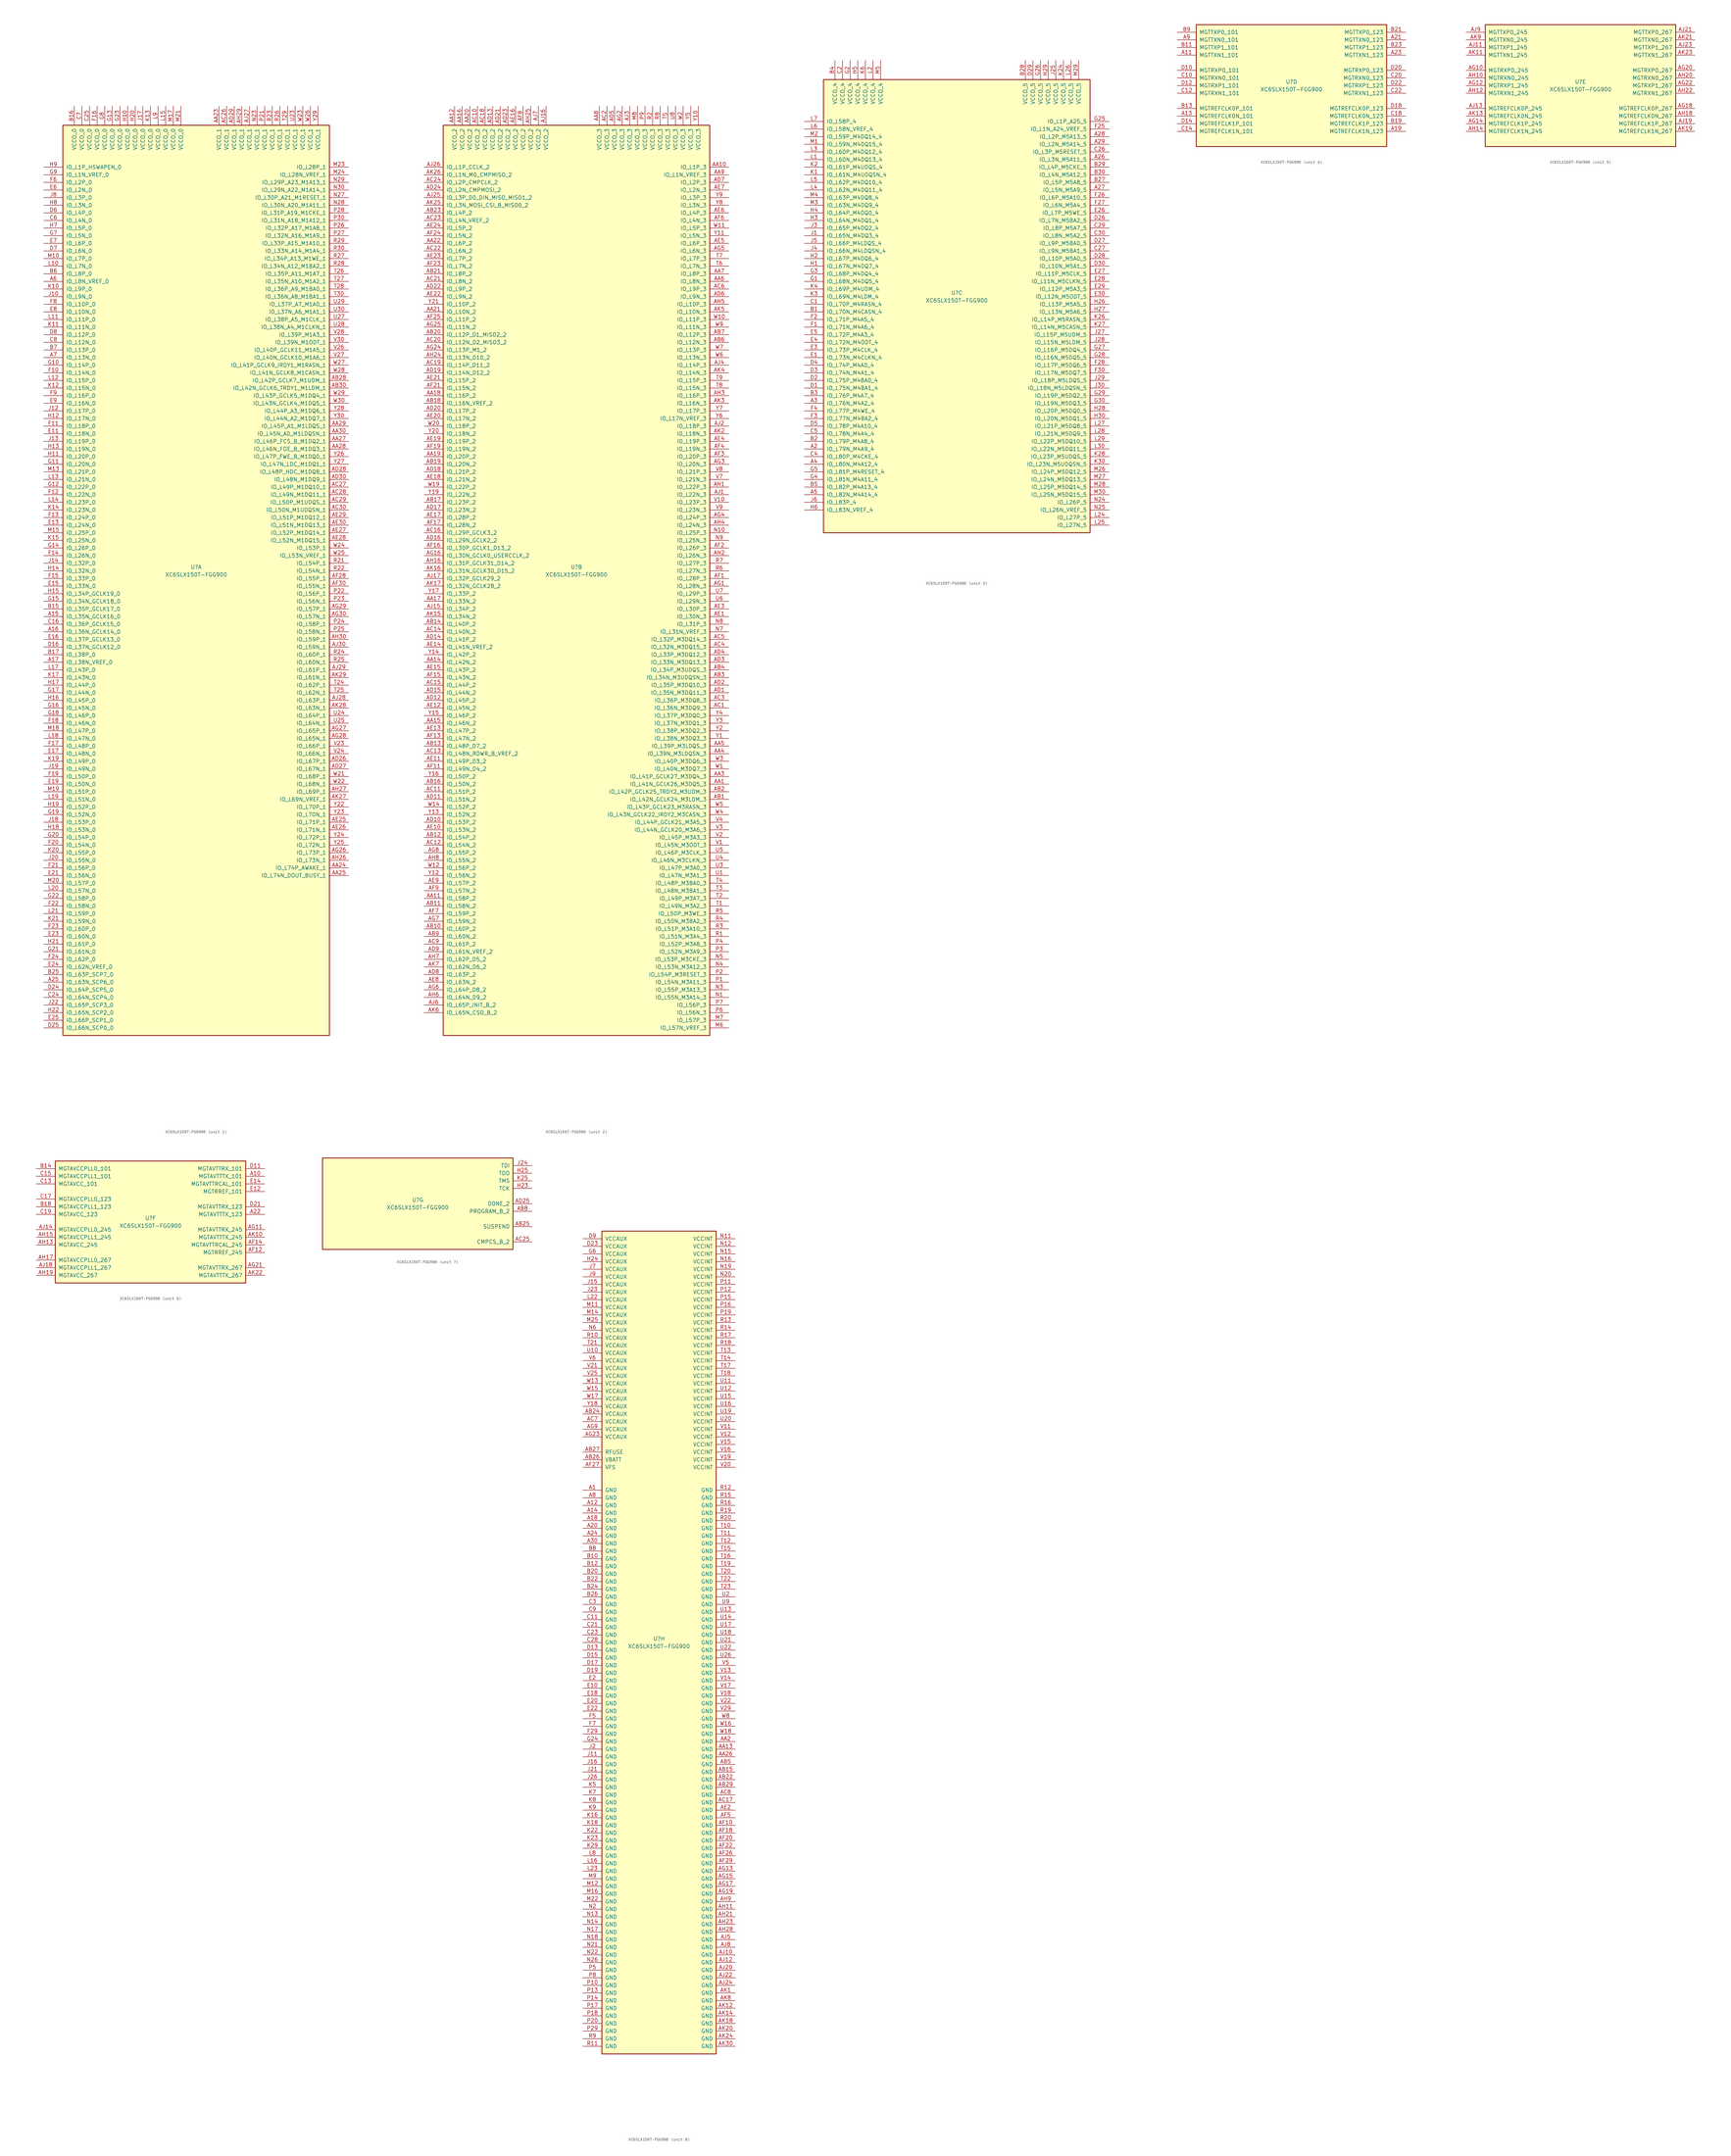
<source format=kicad_sym>
(kicad_symbol_lib
  (version 20201005)
  (generator kicad_symbol_editor)
  (symbol "FPGA_Xilinx_Spartan6:XC6SLX150T-FGG900"
    (pin_names
      (offset 1.016))
    (property "Reference" "U"
      (at 0 1.27 0)
      (effects (font (size 1.27 1.27))))
    (property "Value" "XC6SLX150T-FGG900"
      (at 0 -1.27 0)
      (effects (font (size 1.27 1.27))))
    (property "Datasheet" ""
      (at 0 0 0)
      (effects (font (size 1.27 1.27))))
    (property "ki_locked" ""
      (at 0 0 0)
      (effects (font (size 1.27 1.27))))
    (symbol "XC6SLX150T-FGG900_1_1"
      (rectangle (start -44.45 148.59) (end 44.45 -154.94) (stroke (width 0.254)) (fill (type background)))
      (pin power_in line (at -40.64 154.94 270) (length 6.35) (name "VCCO_0" (effects (font (size 1.27 1.27)))) (number "B16" (effects (font (size 1.27 1.27)))))
      (pin power_in line (at -38.1 154.94 270) (length 6.35) (name "VCCO_0" (effects (font (size 1.27 1.27)))) (number "C7" (effects (font (size 1.27 1.27)))))
      (pin power_in line (at -35.56 154.94 270) (length 6.35) (name "VCCO_0" (effects (font (size 1.27 1.27)))) (number "C25" (effects (font (size 1.27 1.27)))))
      (pin power_in line (at -33.02 154.94 270) (length 6.35) (name "VCCO_0" (effects (font (size 1.27 1.27)))) (number "F16" (effects (font (size 1.27 1.27)))))
      (pin power_in line (at -30.48 154.94 270) (length 6.35) (name "VCCO_0" (effects (font (size 1.27 1.27)))) (number "G8" (effects (font (size 1.27 1.27)))))
      (pin power_in line (at -27.94 154.94 270) (length 6.35) (name "VCCO_0" (effects (font (size 1.27 1.27)))) (number "G13" (effects (font (size 1.27 1.27)))))
      (pin power_in line (at -25.4 154.94 270) (length 6.35) (name "VCCO_0" (effects (font (size 1.27 1.27)))) (number "G23" (effects (font (size 1.27 1.27)))))
      (pin power_in line (at -22.86 154.94 270) (length 6.35) (name "VCCO_0" (effects (font (size 1.27 1.27)))) (number "H10" (effects (font (size 1.27 1.27)))))
      (pin power_in line (at -20.32 154.94 270) (length 6.35) (name "VCCO_0" (effects (font (size 1.27 1.27)))) (number "H20" (effects (font (size 1.27 1.27)))))
      (pin power_in line (at -17.78 154.94 270) (length 6.35) (name "VCCO_0" (effects (font (size 1.27 1.27)))) (number "J17" (effects (font (size 1.27 1.27)))))
      (pin power_in line (at -15.24 154.94 270) (length 6.35) (name "VCCO_0" (effects (font (size 1.27 1.27)))) (number "K13" (effects (font (size 1.27 1.27)))))
      (pin power_in line (at -12.7 154.94 270) (length 6.35) (name "VCCO_0" (effects (font (size 1.27 1.27)))) (number "L9" (effects (font (size 1.27 1.27)))))
      (pin power_in line (at -10.16 154.94 270) (length 6.35) (name "VCCO_0" (effects (font (size 1.27 1.27)))) (number "L15" (effects (font (size 1.27 1.27)))))
      (pin power_in line (at -7.62 154.94 270) (length 6.35) (name "VCCO_0" (effects (font (size 1.27 1.27)))) (number "M17" (effects (font (size 1.27 1.27)))))
      (pin power_in line (at -5.08 154.94 270) (length 6.35) (name "VCCO_0" (effects (font (size 1.27 1.27)))) (number "M21" (effects (font (size 1.27 1.27)))))
      (pin bidirectional line (at -50.8 134.62 0) (length 6.35) (name "IO_L1P_HSWAPEN_0" (effects (font (size 1.27 1.27)))) (number "H9" (effects (font (size 1.27 1.27)))))
      (pin bidirectional line (at -50.8 132.08 0) (length 6.35) (name "IO_L1N_VREF_0" (effects (font (size 1.27 1.27)))) (number "G9" (effects (font (size 1.27 1.27)))))
      (pin bidirectional line (at -50.8 129.54 0) (length 6.35) (name "IO_L2P_0" (effects (font (size 1.27 1.27)))) (number "F6" (effects (font (size 1.27 1.27)))))
      (pin bidirectional line (at -50.8 127 0) (length 6.35) (name "IO_L2N_0" (effects (font (size 1.27 1.27)))) (number "E6" (effects (font (size 1.27 1.27)))))
      (pin bidirectional line (at -50.8 124.46 0) (length 6.35) (name "IO_L3P_0" (effects (font (size 1.27 1.27)))) (number "J8" (effects (font (size 1.27 1.27)))))
      (pin bidirectional line (at -50.8 121.92 0) (length 6.35) (name "IO_L3N_0" (effects (font (size 1.27 1.27)))) (number "H8" (effects (font (size 1.27 1.27)))))
      (pin bidirectional line (at -50.8 119.38 0) (length 6.35) (name "IO_L4P_0" (effects (font (size 1.27 1.27)))) (number "D6" (effects (font (size 1.27 1.27)))))
      (pin bidirectional line (at -50.8 116.84 0) (length 6.35) (name "IO_L4N_0" (effects (font (size 1.27 1.27)))) (number "C6" (effects (font (size 1.27 1.27)))))
      (pin bidirectional line (at -50.8 114.3 0) (length 6.35) (name "IO_L5P_0" (effects (font (size 1.27 1.27)))) (number "H7" (effects (font (size 1.27 1.27)))))
      (pin bidirectional line (at -50.8 111.76 0) (length 6.35) (name "IO_L5N_0" (effects (font (size 1.27 1.27)))) (number "G7" (effects (font (size 1.27 1.27)))))
      (pin bidirectional line (at -50.8 109.22 0) (length 6.35) (name "IO_L6P_0" (effects (font (size 1.27 1.27)))) (number "E7" (effects (font (size 1.27 1.27)))))
      (pin bidirectional line (at -50.8 106.68 0) (length 6.35) (name "IO_L6N_0" (effects (font (size 1.27 1.27)))) (number "D7" (effects (font (size 1.27 1.27)))))
      (pin bidirectional line (at -50.8 104.14 0) (length 6.35) (name "IO_L7P_0" (effects (font (size 1.27 1.27)))) (number "M10" (effects (font (size 1.27 1.27)))))
      (pin bidirectional line (at -50.8 101.6 0) (length 6.35) (name "IO_L7N_0" (effects (font (size 1.27 1.27)))) (number "L10" (effects (font (size 1.27 1.27)))))
      (pin bidirectional line (at -50.8 99.06 0) (length 6.35) (name "IO_L8P_0" (effects (font (size 1.27 1.27)))) (number "B6" (effects (font (size 1.27 1.27)))))
      (pin bidirectional line (at -50.8 96.52 0) (length 6.35) (name "IO_L8N_VREF_0" (effects (font (size 1.27 1.27)))) (number "A6" (effects (font (size 1.27 1.27)))))
      (pin bidirectional line (at -50.8 93.98 0) (length 6.35) (name "IO_L9P_0" (effects (font (size 1.27 1.27)))) (number "K10" (effects (font (size 1.27 1.27)))))
      (pin bidirectional line (at -50.8 91.44 0) (length 6.35) (name "IO_L9N_0" (effects (font (size 1.27 1.27)))) (number "J10" (effects (font (size 1.27 1.27)))))
      (pin bidirectional line (at -50.8 88.9 0) (length 6.35) (name "IO_L10P_0" (effects (font (size 1.27 1.27)))) (number "F8" (effects (font (size 1.27 1.27)))))
      (pin bidirectional line (at -50.8 86.36 0) (length 6.35) (name "IO_L10N_0" (effects (font (size 1.27 1.27)))) (number "E8" (effects (font (size 1.27 1.27)))))
      (pin bidirectional line (at -50.8 83.82 0) (length 6.35) (name "IO_L11P_0" (effects (font (size 1.27 1.27)))) (number "L11" (effects (font (size 1.27 1.27)))))
      (pin bidirectional line (at -50.8 81.28 0) (length 6.35) (name "IO_L11N_0" (effects (font (size 1.27 1.27)))) (number "K11" (effects (font (size 1.27 1.27)))))
      (pin bidirectional line (at -50.8 78.74 0) (length 6.35) (name "IO_L12P_0" (effects (font (size 1.27 1.27)))) (number "D8" (effects (font (size 1.27 1.27)))))
      (pin bidirectional line (at -50.8 76.2 0) (length 6.35) (name "IO_L12N_0" (effects (font (size 1.27 1.27)))) (number "C8" (effects (font (size 1.27 1.27)))))
      (pin bidirectional line (at -50.8 73.66 0) (length 6.35) (name "IO_L13P_0" (effects (font (size 1.27 1.27)))) (number "B7" (effects (font (size 1.27 1.27)))))
      (pin bidirectional line (at -50.8 71.12 0) (length 6.35) (name "IO_L13N_0" (effects (font (size 1.27 1.27)))) (number "A7" (effects (font (size 1.27 1.27)))))
      (pin bidirectional line (at -50.8 68.58 0) (length 6.35) (name "IO_L14P_0" (effects (font (size 1.27 1.27)))) (number "G10" (effects (font (size 1.27 1.27)))))
      (pin bidirectional line (at -50.8 66.04 0) (length 6.35) (name "IO_L14N_0" (effects (font (size 1.27 1.27)))) (number "F10" (effects (font (size 1.27 1.27)))))
      (pin bidirectional line (at -50.8 63.5 0) (length 6.35) (name "IO_L15P_0" (effects (font (size 1.27 1.27)))) (number "L12" (effects (font (size 1.27 1.27)))))
      (pin bidirectional line (at -50.8 60.96 0) (length 6.35) (name "IO_L15N_0" (effects (font (size 1.27 1.27)))) (number "K12" (effects (font (size 1.27 1.27)))))
      (pin bidirectional line (at -50.8 58.42 0) (length 6.35) (name "IO_L16P_0" (effects (font (size 1.27 1.27)))) (number "F9" (effects (font (size 1.27 1.27)))))
      (pin bidirectional line (at -50.8 55.88 0) (length 6.35) (name "IO_L16N_0" (effects (font (size 1.27 1.27)))) (number "E9" (effects (font (size 1.27 1.27)))))
      (pin bidirectional line (at -50.8 53.34 0) (length 6.35) (name "IO_L17P_0" (effects (font (size 1.27 1.27)))) (number "J12" (effects (font (size 1.27 1.27)))))
      (pin bidirectional line (at -50.8 50.8 0) (length 6.35) (name "IO_L17N_0" (effects (font (size 1.27 1.27)))) (number "H12" (effects (font (size 1.27 1.27)))))
      (pin bidirectional line (at -50.8 48.26 0) (length 6.35) (name "IO_L18P_0" (effects (font (size 1.27 1.27)))) (number "F11" (effects (font (size 1.27 1.27)))))
      (pin bidirectional line (at -50.8 45.72 0) (length 6.35) (name "IO_L18N_0" (effects (font (size 1.27 1.27)))) (number "E11" (effects (font (size 1.27 1.27)))))
      (pin bidirectional line (at -50.8 43.18 0) (length 6.35) (name "IO_L19P_0" (effects (font (size 1.27 1.27)))) (number "J13" (effects (font (size 1.27 1.27)))))
      (pin bidirectional line (at -50.8 40.64 0) (length 6.35) (name "IO_L19N_0" (effects (font (size 1.27 1.27)))) (number "H13" (effects (font (size 1.27 1.27)))))
      (pin bidirectional line (at -50.8 38.1 0) (length 6.35) (name "IO_L20P_0" (effects (font (size 1.27 1.27)))) (number "H11" (effects (font (size 1.27 1.27)))))
      (pin bidirectional line (at -50.8 35.56 0) (length 6.35) (name "IO_L20N_0" (effects (font (size 1.27 1.27)))) (number "G11" (effects (font (size 1.27 1.27)))))
      (pin bidirectional line (at -50.8 33.02 0) (length 6.35) (name "IO_L21P_0" (effects (font (size 1.27 1.27)))) (number "M13" (effects (font (size 1.27 1.27)))))
      (pin bidirectional line (at -50.8 30.48 0) (length 6.35) (name "IO_L21N_0" (effects (font (size 1.27 1.27)))) (number "L13" (effects (font (size 1.27 1.27)))))
      (pin bidirectional line (at -50.8 27.94 0) (length 6.35) (name "IO_L22P_0" (effects (font (size 1.27 1.27)))) (number "G12" (effects (font (size 1.27 1.27)))))
      (pin bidirectional line (at -50.8 25.4 0) (length 6.35) (name "IO_L22N_0" (effects (font (size 1.27 1.27)))) (number "F12" (effects (font (size 1.27 1.27)))))
      (pin bidirectional line (at -50.8 22.86 0) (length 6.35) (name "IO_L23P_0" (effects (font (size 1.27 1.27)))) (number "L14" (effects (font (size 1.27 1.27)))))
      (pin bidirectional line (at -50.8 20.32 0) (length 6.35) (name "IO_L23N_0" (effects (font (size 1.27 1.27)))) (number "K14" (effects (font (size 1.27 1.27)))))
      (pin bidirectional line (at -50.8 17.78 0) (length 6.35) (name "IO_L24P_0" (effects (font (size 1.27 1.27)))) (number "F13" (effects (font (size 1.27 1.27)))))
      (pin bidirectional line (at -50.8 15.24 0) (length 6.35) (name "IO_L24N_0" (effects (font (size 1.27 1.27)))) (number "E13" (effects (font (size 1.27 1.27)))))
      (pin bidirectional line (at -50.8 12.7 0) (length 6.35) (name "IO_L25P_0" (effects (font (size 1.27 1.27)))) (number "M15" (effects (font (size 1.27 1.27)))))
      (pin bidirectional line (at -50.8 10.16 0) (length 6.35) (name "IO_L25N_0" (effects (font (size 1.27 1.27)))) (number "K15" (effects (font (size 1.27 1.27)))))
      (pin bidirectional line (at -50.8 7.62 0) (length 6.35) (name "IO_L26P_0" (effects (font (size 1.27 1.27)))) (number "G14" (effects (font (size 1.27 1.27)))))
      (pin bidirectional line (at -50.8 5.08 0) (length 6.35) (name "IO_L26N_0" (effects (font (size 1.27 1.27)))) (number "F14" (effects (font (size 1.27 1.27)))))
      (pin bidirectional line (at -50.8 2.54 0) (length 6.35) (name "IO_L32P_0" (effects (font (size 1.27 1.27)))) (number "J14" (effects (font (size 1.27 1.27)))))
      (pin bidirectional line (at -50.8 0 0) (length 6.35) (name "IO_L32N_0" (effects (font (size 1.27 1.27)))) (number "H14" (effects (font (size 1.27 1.27)))))
      (pin bidirectional line (at -50.8 -2.54 0) (length 6.35) (name "IO_L33P_0" (effects (font (size 1.27 1.27)))) (number "F15" (effects (font (size 1.27 1.27)))))
      (pin bidirectional line (at -50.8 -5.08 0) (length 6.35) (name "IO_L33N_0" (effects (font (size 1.27 1.27)))) (number "E15" (effects (font (size 1.27 1.27)))))
      (pin bidirectional line (at -50.8 -7.62 0) (length 6.35) (name "IO_L34P_GCLK19_0" (effects (font (size 1.27 1.27)))) (number "H15" (effects (font (size 1.27 1.27)))))
      (pin bidirectional line (at -50.8 -10.16 0) (length 6.35) (name "IO_L34N_GCLK18_0" (effects (font (size 1.27 1.27)))) (number "G15" (effects (font (size 1.27 1.27)))))
      (pin bidirectional line (at -50.8 -12.7 0) (length 6.35) (name "IO_L35P_GCLK17_0" (effects (font (size 1.27 1.27)))) (number "B15" (effects (font (size 1.27 1.27)))))
      (pin bidirectional line (at -50.8 -15.24 0) (length 6.35) (name "IO_L35N_GCLK16_0" (effects (font (size 1.27 1.27)))) (number "A15" (effects (font (size 1.27 1.27)))))
      (pin bidirectional line (at -50.8 -17.78 0) (length 6.35) (name "IO_L36P_GCLK15_0" (effects (font (size 1.27 1.27)))) (number "C16" (effects (font (size 1.27 1.27)))))
      (pin bidirectional line (at -50.8 -20.32 0) (length 6.35) (name "IO_L36N_GCLK14_0" (effects (font (size 1.27 1.27)))) (number "A16" (effects (font (size 1.27 1.27)))))
      (pin bidirectional line (at -50.8 -22.86 0) (length 6.35) (name "IO_L37P_GCLK13_0" (effects (font (size 1.27 1.27)))) (number "E16" (effects (font (size 1.27 1.27)))))
      (pin bidirectional line (at -50.8 -25.4 0) (length 6.35) (name "IO_L37N_GCLK12_0" (effects (font (size 1.27 1.27)))) (number "D16" (effects (font (size 1.27 1.27)))))
      (pin bidirectional line (at -50.8 -27.94 0) (length 6.35) (name "IO_L38P_0" (effects (font (size 1.27 1.27)))) (number "B17" (effects (font (size 1.27 1.27)))))
      (pin bidirectional line (at -50.8 -30.48 0) (length 6.35) (name "IO_L38N_VREF_0" (effects (font (size 1.27 1.27)))) (number "A17" (effects (font (size 1.27 1.27)))))
      (pin bidirectional line (at -50.8 -33.02 0) (length 6.35) (name "IO_L43P_0" (effects (font (size 1.27 1.27)))) (number "L17" (effects (font (size 1.27 1.27)))))
      (pin bidirectional line (at -50.8 -35.56 0) (length 6.35) (name "IO_L43N_0" (effects (font (size 1.27 1.27)))) (number "K17" (effects (font (size 1.27 1.27)))))
      (pin bidirectional line (at -50.8 -38.1 0) (length 6.35) (name "IO_L44P_0" (effects (font (size 1.27 1.27)))) (number "H17" (effects (font (size 1.27 1.27)))))
      (pin bidirectional line (at -50.8 -40.64 0) (length 6.35) (name "IO_L44N_0" (effects (font (size 1.27 1.27)))) (number "G17" (effects (font (size 1.27 1.27)))))
      (pin bidirectional line (at -50.8 -43.18 0) (length 6.35) (name "IO_L45P_0" (effects (font (size 1.27 1.27)))) (number "H16" (effects (font (size 1.27 1.27)))))
      (pin bidirectional line (at -50.8 -45.72 0) (length 6.35) (name "IO_L45N_0" (effects (font (size 1.27 1.27)))) (number "G16" (effects (font (size 1.27 1.27)))))
      (pin bidirectional line (at -50.8 -48.26 0) (length 6.35) (name "IO_L46P_0" (effects (font (size 1.27 1.27)))) (number "G18" (effects (font (size 1.27 1.27)))))
      (pin bidirectional line (at -50.8 -50.8 0) (length 6.35) (name "IO_L46N_0" (effects (font (size 1.27 1.27)))) (number "F18" (effects (font (size 1.27 1.27)))))
      (pin bidirectional line (at -50.8 -53.34 0) (length 6.35) (name "IO_L47P_0" (effects (font (size 1.27 1.27)))) (number "M18" (effects (font (size 1.27 1.27)))))
      (pin bidirectional line (at -50.8 -55.88 0) (length 6.35) (name "IO_L47N_0" (effects (font (size 1.27 1.27)))) (number "L18" (effects (font (size 1.27 1.27)))))
      (pin bidirectional line (at -50.8 -58.42 0) (length 6.35) (name "IO_L48P_0" (effects (font (size 1.27 1.27)))) (number "F17" (effects (font (size 1.27 1.27)))))
      (pin bidirectional line (at -50.8 -60.96 0) (length 6.35) (name "IO_L48N_0" (effects (font (size 1.27 1.27)))) (number "E17" (effects (font (size 1.27 1.27)))))
      (pin bidirectional line (at -50.8 -63.5 0) (length 6.35) (name "IO_L49P_0" (effects (font (size 1.27 1.27)))) (number "K19" (effects (font (size 1.27 1.27)))))
      (pin bidirectional line (at -50.8 -66.04 0) (length 6.35) (name "IO_L49N_0" (effects (font (size 1.27 1.27)))) (number "J19" (effects (font (size 1.27 1.27)))))
      (pin bidirectional line (at -50.8 -68.58 0) (length 6.35) (name "IO_L50P_0" (effects (font (size 1.27 1.27)))) (number "F19" (effects (font (size 1.27 1.27)))))
      (pin bidirectional line (at -50.8 -71.12 0) (length 6.35) (name "IO_L50N_0" (effects (font (size 1.27 1.27)))) (number "E19" (effects (font (size 1.27 1.27)))))
      (pin bidirectional line (at -50.8 -73.66 0) (length 6.35) (name "IO_L51P_0" (effects (font (size 1.27 1.27)))) (number "M19" (effects (font (size 1.27 1.27)))))
      (pin bidirectional line (at -50.8 -76.2 0) (length 6.35) (name "IO_L51N_0" (effects (font (size 1.27 1.27)))) (number "L19" (effects (font (size 1.27 1.27)))))
      (pin bidirectional line (at -50.8 -78.74 0) (length 6.35) (name "IO_L52P_0" (effects (font (size 1.27 1.27)))) (number "H19" (effects (font (size 1.27 1.27)))))
      (pin bidirectional line (at -50.8 -81.28 0) (length 6.35) (name "IO_L52N_0" (effects (font (size 1.27 1.27)))) (number "G19" (effects (font (size 1.27 1.27)))))
      (pin bidirectional line (at -50.8 -83.82 0) (length 6.35) (name "IO_L53P_0" (effects (font (size 1.27 1.27)))) (number "J18" (effects (font (size 1.27 1.27)))))
      (pin bidirectional line (at -50.8 -86.36 0) (length 6.35) (name "IO_L53N_0" (effects (font (size 1.27 1.27)))) (number "H18" (effects (font (size 1.27 1.27)))))
      (pin bidirectional line (at -50.8 -88.9 0) (length 6.35) (name "IO_L54P_0" (effects (font (size 1.27 1.27)))) (number "G20" (effects (font (size 1.27 1.27)))))
      (pin bidirectional line (at -50.8 -91.44 0) (length 6.35) (name "IO_L54N_0" (effects (font (size 1.27 1.27)))) (number "F20" (effects (font (size 1.27 1.27)))))
      (pin bidirectional line (at -50.8 -93.98 0) (length 6.35) (name "IO_L55P_0" (effects (font (size 1.27 1.27)))) (number "K20" (effects (font (size 1.27 1.27)))))
      (pin bidirectional line (at -50.8 -96.52 0) (length 6.35) (name "IO_L55N_0" (effects (font (size 1.27 1.27)))) (number "J20" (effects (font (size 1.27 1.27)))))
      (pin bidirectional line (at -50.8 -99.06 0) (length 6.35) (name "IO_L56P_0" (effects (font (size 1.27 1.27)))) (number "F21" (effects (font (size 1.27 1.27)))))
      (pin bidirectional line (at -50.8 -101.6 0) (length 6.35) (name "IO_L56N_0" (effects (font (size 1.27 1.27)))) (number "E21" (effects (font (size 1.27 1.27)))))
      (pin bidirectional line (at -50.8 -104.14 0) (length 6.35) (name "IO_L57P_0" (effects (font (size 1.27 1.27)))) (number "M20" (effects (font (size 1.27 1.27)))))
      (pin bidirectional line (at -50.8 -106.68 0) (length 6.35) (name "IO_L57N_0" (effects (font (size 1.27 1.27)))) (number "L20" (effects (font (size 1.27 1.27)))))
      (pin bidirectional line (at -50.8 -109.22 0) (length 6.35) (name "IO_L58P_0" (effects (font (size 1.27 1.27)))) (number "G22" (effects (font (size 1.27 1.27)))))
      (pin bidirectional line (at -50.8 -111.76 0) (length 6.35) (name "IO_L58N_0" (effects (font (size 1.27 1.27)))) (number "F22" (effects (font (size 1.27 1.27)))))
      (pin bidirectional line (at -50.8 -114.3 0) (length 6.35) (name "IO_L59P_0" (effects (font (size 1.27 1.27)))) (number "L21" (effects (font (size 1.27 1.27)))))
      (pin bidirectional line (at -50.8 -116.84 0) (length 6.35) (name "IO_L59N_0" (effects (font (size 1.27 1.27)))) (number "K21" (effects (font (size 1.27 1.27)))))
      (pin bidirectional line (at -50.8 -119.38 0) (length 6.35) (name "IO_L60P_0" (effects (font (size 1.27 1.27)))) (number "F23" (effects (font (size 1.27 1.27)))))
      (pin bidirectional line (at -50.8 -121.92 0) (length 6.35) (name "IO_L60N_0" (effects (font (size 1.27 1.27)))) (number "E23" (effects (font (size 1.27 1.27)))))
      (pin bidirectional line (at -50.8 -124.46 0) (length 6.35) (name "IO_L61P_0" (effects (font (size 1.27 1.27)))) (number "H21" (effects (font (size 1.27 1.27)))))
      (pin bidirectional line (at -50.8 -127 0) (length 6.35) (name "IO_L61N_0" (effects (font (size 1.27 1.27)))) (number "G21" (effects (font (size 1.27 1.27)))))
      (pin bidirectional line (at -50.8 -129.54 0) (length 6.35) (name "IO_L62P_0" (effects (font (size 1.27 1.27)))) (number "F24" (effects (font (size 1.27 1.27)))))
      (pin bidirectional line (at -50.8 -132.08 0) (length 6.35) (name "IO_L62N_VREF_0" (effects (font (size 1.27 1.27)))) (number "E24" (effects (font (size 1.27 1.27)))))
      (pin bidirectional line (at -50.8 -134.62 0) (length 6.35) (name "IO_L63P_SCP7_0" (effects (font (size 1.27 1.27)))) (number "B25" (effects (font (size 1.27 1.27)))))
      (pin bidirectional line (at -50.8 -137.16 0) (length 6.35) (name "IO_L63N_SCP6_0" (effects (font (size 1.27 1.27)))) (number "A25" (effects (font (size 1.27 1.27)))))
      (pin bidirectional line (at -50.8 -139.7 0) (length 6.35) (name "IO_L64P_SCP5_0" (effects (font (size 1.27 1.27)))) (number "D24" (effects (font (size 1.27 1.27)))))
      (pin bidirectional line (at -50.8 -142.24 0) (length 6.35) (name "IO_L64N_SCP4_0" (effects (font (size 1.27 1.27)))) (number "C24" (effects (font (size 1.27 1.27)))))
      (pin bidirectional line (at -50.8 -144.78 0) (length 6.35) (name "IO_L65P_SCP3_0" (effects (font (size 1.27 1.27)))) (number "J22" (effects (font (size 1.27 1.27)))))
      (pin bidirectional line (at -50.8 -147.32 0) (length 6.35) (name "IO_L65N_SCP2_0" (effects (font (size 1.27 1.27)))) (number "H22" (effects (font (size 1.27 1.27)))))
      (pin bidirectional line (at -50.8 -149.86 0) (length 6.35) (name "IO_L66P_SCP1_0" (effects (font (size 1.27 1.27)))) (number "E25" (effects (font (size 1.27 1.27)))))
      (pin bidirectional line (at -50.8 -152.4 0) (length 6.35) (name "IO_L66N_SCP0_0" (effects (font (size 1.27 1.27)))) (number "D25" (effects (font (size 1.27 1.27)))))
      (pin power_in line (at 7.62 154.94 270) (length 6.35) (name "VCCO_1" (effects (font (size 1.27 1.27)))) (number "AA23" (effects (font (size 1.27 1.27)))))
      (pin power_in line (at 10.16 154.94 270) (length 6.35) (name "VCCO_1" (effects (font (size 1.27 1.27)))) (number "AC26" (effects (font (size 1.27 1.27)))))
      (pin power_in line (at 12.7 154.94 270) (length 6.35) (name "VCCO_1" (effects (font (size 1.27 1.27)))) (number "AD29" (effects (font (size 1.27 1.27)))))
      (pin power_in line (at 15.24 154.94 270) (length 6.35) (name "VCCO_1" (effects (font (size 1.27 1.27)))) (number "AH29" (effects (font (size 1.27 1.27)))))
      (pin power_in line (at 17.78 154.94 270) (length 6.35) (name "VCCO_1" (effects (font (size 1.27 1.27)))) (number "AJ27" (effects (font (size 1.27 1.27)))))
      (pin power_in line (at 20.32 154.94 270) (length 6.35) (name "VCCO_1" (effects (font (size 1.27 1.27)))) (number "N23" (effects (font (size 1.27 1.27)))))
      (pin power_in line (at 22.86 154.94 270) (length 6.35) (name "VCCO_1" (effects (font (size 1.27 1.27)))) (number "P21" (effects (font (size 1.27 1.27)))))
      (pin power_in line (at 25.4 154.94 270) (length 6.35) (name "VCCO_1" (effects (font (size 1.27 1.27)))) (number "R23" (effects (font (size 1.27 1.27)))))
      (pin power_in line (at 27.94 154.94 270) (length 6.35) (name "VCCO_1" (effects (font (size 1.27 1.27)))) (number "R26" (effects (font (size 1.27 1.27)))))
      (pin power_in line (at 30.48 154.94 270) (length 6.35) (name "VCCO_1" (effects (font (size 1.27 1.27)))) (number "T29" (effects (font (size 1.27 1.27)))))
      (pin power_in line (at 33.02 154.94 270) (length 6.35) (name "VCCO_1" (effects (font (size 1.27 1.27)))) (number "U23" (effects (font (size 1.27 1.27)))))
      (pin power_in line (at 35.56 154.94 270) (length 6.35) (name "VCCO_1" (effects (font (size 1.27 1.27)))) (number "W23" (effects (font (size 1.27 1.27)))))
      (pin power_in line (at 38.1 154.94 270) (length 6.35) (name "VCCO_1" (effects (font (size 1.27 1.27)))) (number "W26" (effects (font (size 1.27 1.27)))))
      (pin power_in line (at 40.64 154.94 270) (length 6.35) (name "VCCO_1" (effects (font (size 1.27 1.27)))) (number "Y29" (effects (font (size 1.27 1.27)))))
      (pin bidirectional line (at 50.8 134.62 180) (length 6.35) (name "IO_L28P_1" (effects (font (size 1.27 1.27)))) (number "M23" (effects (font (size 1.27 1.27)))))
      (pin bidirectional line (at 50.8 132.08 180) (length 6.35) (name "IO_L28N_VREF_1" (effects (font (size 1.27 1.27)))) (number "M24" (effects (font (size 1.27 1.27)))))
      (pin bidirectional line (at 50.8 129.54 180) (length 6.35) (name "IO_L29P_A23_M1A13_1" (effects (font (size 1.27 1.27)))) (number "N29" (effects (font (size 1.27 1.27)))))
      (pin bidirectional line (at 50.8 127 180) (length 6.35) (name "IO_L29N_A22_M1A14_1" (effects (font (size 1.27 1.27)))) (number "N30" (effects (font (size 1.27 1.27)))))
      (pin bidirectional line (at 50.8 124.46 180) (length 6.35) (name "IO_L30P_A21_M1RESET_1" (effects (font (size 1.27 1.27)))) (number "N27" (effects (font (size 1.27 1.27)))))
      (pin bidirectional line (at 50.8 121.92 180) (length 6.35) (name "IO_L30N_A20_M1A11_1" (effects (font (size 1.27 1.27)))) (number "N28" (effects (font (size 1.27 1.27)))))
      (pin bidirectional line (at 50.8 119.38 180) (length 6.35) (name "IO_L31P_A19_M1CKE_1" (effects (font (size 1.27 1.27)))) (number "P28" (effects (font (size 1.27 1.27)))))
      (pin bidirectional line (at 50.8 116.84 180) (length 6.35) (name "IO_L31N_A18_M1A12_1" (effects (font (size 1.27 1.27)))) (number "P30" (effects (font (size 1.27 1.27)))))
      (pin bidirectional line (at 50.8 114.3 180) (length 6.35) (name "IO_L32P_A17_M1A8_1" (effects (font (size 1.27 1.27)))) (number "P26" (effects (font (size 1.27 1.27)))))
      (pin bidirectional line (at 50.8 111.76 180) (length 6.35) (name "IO_L32N_A16_M1A9_1" (effects (font (size 1.27 1.27)))) (number "P27" (effects (font (size 1.27 1.27)))))
      (pin bidirectional line (at 50.8 109.22 180) (length 6.35) (name "IO_L33P_A15_M1A10_1" (effects (font (size 1.27 1.27)))) (number "R29" (effects (font (size 1.27 1.27)))))
      (pin bidirectional line (at 50.8 106.68 180) (length 6.35) (name "IO_L33N_A14_M1A4_1" (effects (font (size 1.27 1.27)))) (number "R30" (effects (font (size 1.27 1.27)))))
      (pin bidirectional line (at 50.8 104.14 180) (length 6.35) (name "IO_L34P_A13_M1WE_1" (effects (font (size 1.27 1.27)))) (number "R27" (effects (font (size 1.27 1.27)))))
      (pin bidirectional line (at 50.8 101.6 180) (length 6.35) (name "IO_L34N_A12_M1BA2_1" (effects (font (size 1.27 1.27)))) (number "R28" (effects (font (size 1.27 1.27)))))
      (pin bidirectional line (at 50.8 99.06 180) (length 6.35) (name "IO_L35P_A11_M1A7_1" (effects (font (size 1.27 1.27)))) (number "T26" (effects (font (size 1.27 1.27)))))
      (pin bidirectional line (at 50.8 96.52 180) (length 6.35) (name "IO_L35N_A10_M1A2_1" (effects (font (size 1.27 1.27)))) (number "T27" (effects (font (size 1.27 1.27)))))
      (pin bidirectional line (at 50.8 93.98 180) (length 6.35) (name "IO_L36P_A9_M1BA0_1" (effects (font (size 1.27 1.27)))) (number "T28" (effects (font (size 1.27 1.27)))))
      (pin bidirectional line (at 50.8 91.44 180) (length 6.35) (name "IO_L36N_A8_M1BA1_1" (effects (font (size 1.27 1.27)))) (number "T30" (effects (font (size 1.27 1.27)))))
      (pin bidirectional line (at 50.8 88.9 180) (length 6.35) (name "IO_L37P_A7_M1A0_1" (effects (font (size 1.27 1.27)))) (number "U29" (effects (font (size 1.27 1.27)))))
      (pin bidirectional line (at 50.8 86.36 180) (length 6.35) (name "IO_L37N_A6_M1A1_1" (effects (font (size 1.27 1.27)))) (number "U30" (effects (font (size 1.27 1.27)))))
      (pin bidirectional line (at 50.8 83.82 180) (length 6.35) (name "IO_L38P_A5_M1CLK_1" (effects (font (size 1.27 1.27)))) (number "U27" (effects (font (size 1.27 1.27)))))
      (pin bidirectional line (at 50.8 81.28 180) (length 6.35) (name "IO_L38N_A4_M1CLKN_1" (effects (font (size 1.27 1.27)))) (number "U28" (effects (font (size 1.27 1.27)))))
      (pin bidirectional line (at 50.8 78.74 180) (length 6.35) (name "IO_L39P_M1A3_1" (effects (font (size 1.27 1.27)))) (number "V28" (effects (font (size 1.27 1.27)))))
      (pin bidirectional line (at 50.8 76.2 180) (length 6.35) (name "IO_L39N_M1ODT_1" (effects (font (size 1.27 1.27)))) (number "V30" (effects (font (size 1.27 1.27)))))
      (pin bidirectional line (at 50.8 73.66 180) (length 6.35) (name "IO_L40P_GCLK11_M1A5_1" (effects (font (size 1.27 1.27)))) (number "V26" (effects (font (size 1.27 1.27)))))
      (pin bidirectional line (at 50.8 71.12 180) (length 6.35) (name "IO_L40N_GCLK10_M1A6_1" (effects (font (size 1.27 1.27)))) (number "V27" (effects (font (size 1.27 1.27)))))
      (pin bidirectional line (at 50.8 68.58 180) (length 6.35) (name "IO_L41P_GCLK9_IRDY1_M1RASN_1" (effects (font (size 1.27 1.27)))) (number "W27" (effects (font (size 1.27 1.27)))))
      (pin bidirectional line (at 50.8 66.04 180) (length 6.35) (name "IO_L41N_GCLK8_M1CASN_1" (effects (font (size 1.27 1.27)))) (number "W28" (effects (font (size 1.27 1.27)))))
      (pin bidirectional line (at 50.8 63.5 180) (length 6.35) (name "IO_L42P_GCLK7_M1UDM_1" (effects (font (size 1.27 1.27)))) (number "AB28" (effects (font (size 1.27 1.27)))))
      (pin bidirectional line (at 50.8 60.96 180) (length 6.35) (name "IO_L42N_GCLK6_TRDY1_M1LDM_1" (effects (font (size 1.27 1.27)))) (number "AB30" (effects (font (size 1.27 1.27)))))
      (pin bidirectional line (at 50.8 58.42 180) (length 6.35) (name "IO_L43P_GCLK5_M1DQ4_1" (effects (font (size 1.27 1.27)))) (number "W29" (effects (font (size 1.27 1.27)))))
      (pin bidirectional line (at 50.8 55.88 180) (length 6.35) (name "IO_L43N_GCLK4_M1DQ5_1" (effects (font (size 1.27 1.27)))) (number "W30" (effects (font (size 1.27 1.27)))))
      (pin bidirectional line (at 50.8 53.34 180) (length 6.35) (name "IO_L44P_A3_M1DQ6_1" (effects (font (size 1.27 1.27)))) (number "Y28" (effects (font (size 1.27 1.27)))))
      (pin bidirectional line (at 50.8 50.8 180) (length 6.35) (name "IO_L44N_A2_M1DQ7_1" (effects (font (size 1.27 1.27)))) (number "Y30" (effects (font (size 1.27 1.27)))))
      (pin bidirectional line (at 50.8 48.26 180) (length 6.35) (name "IO_L45P_A1_M1LDQS_1" (effects (font (size 1.27 1.27)))) (number "AA29" (effects (font (size 1.27 1.27)))))
      (pin bidirectional line (at 50.8 45.72 180) (length 6.35) (name "IO_L45N_A0_M1LDQSN_1" (effects (font (size 1.27 1.27)))) (number "AA30" (effects (font (size 1.27 1.27)))))
      (pin bidirectional line (at 50.8 43.18 180) (length 6.35) (name "IO_L46P_FCS_B_M1DQ2_1" (effects (font (size 1.27 1.27)))) (number "AA27" (effects (font (size 1.27 1.27)))))
      (pin bidirectional line (at 50.8 40.64 180) (length 6.35) (name "IO_L46N_FOE_B_M1DQ3_1" (effects (font (size 1.27 1.27)))) (number "AA28" (effects (font (size 1.27 1.27)))))
      (pin bidirectional line (at 50.8 38.1 180) (length 6.35) (name "IO_L47P_FWE_B_M1DQ0_1" (effects (font (size 1.27 1.27)))) (number "Y26" (effects (font (size 1.27 1.27)))))
      (pin bidirectional line (at 50.8 35.56 180) (length 6.35) (name "IO_L47N_LDC_M1DQ1_1" (effects (font (size 1.27 1.27)))) (number "Y27" (effects (font (size 1.27 1.27)))))
      (pin bidirectional line (at 50.8 33.02 180) (length 6.35) (name "IO_L48P_HDC_M1DQ8_1" (effects (font (size 1.27 1.27)))) (number "AD28" (effects (font (size 1.27 1.27)))))
      (pin bidirectional line (at 50.8 30.48 180) (length 6.35) (name "IO_L48N_M1DQ9_1" (effects (font (size 1.27 1.27)))) (number "AD30" (effects (font (size 1.27 1.27)))))
      (pin bidirectional line (at 50.8 27.94 180) (length 6.35) (name "IO_L49P_M1DQ10_1" (effects (font (size 1.27 1.27)))) (number "AC27" (effects (font (size 1.27 1.27)))))
      (pin bidirectional line (at 50.8 25.4 180) (length 6.35) (name "IO_L49N_M1DQ11_1" (effects (font (size 1.27 1.27)))) (number "AC28" (effects (font (size 1.27 1.27)))))
      (pin bidirectional line (at 50.8 22.86 180) (length 6.35) (name "IO_L50P_M1UDQS_1" (effects (font (size 1.27 1.27)))) (number "AC29" (effects (font (size 1.27 1.27)))))
      (pin bidirectional line (at 50.8 20.32 180) (length 6.35) (name "IO_L50N_M1UDQSN_1" (effects (font (size 1.27 1.27)))) (number "AC30" (effects (font (size 1.27 1.27)))))
      (pin bidirectional line (at 50.8 17.78 180) (length 6.35) (name "IO_L51P_M1DQ12_1" (effects (font (size 1.27 1.27)))) (number "AE29" (effects (font (size 1.27 1.27)))))
      (pin bidirectional line (at 50.8 15.24 180) (length 6.35) (name "IO_L51N_M1DQ13_1" (effects (font (size 1.27 1.27)))) (number "AE30" (effects (font (size 1.27 1.27)))))
      (pin bidirectional line (at 50.8 12.7 180) (length 6.35) (name "IO_L52P_M1DQ14_1" (effects (font (size 1.27 1.27)))) (number "AE27" (effects (font (size 1.27 1.27)))))
      (pin bidirectional line (at 50.8 10.16 180) (length 6.35) (name "IO_L52N_M1DQ15_1" (effects (font (size 1.27 1.27)))) (number "AE28" (effects (font (size 1.27 1.27)))))
      (pin bidirectional line (at 50.8 7.62 180) (length 6.35) (name "IO_L53P_1" (effects (font (size 1.27 1.27)))) (number "W24" (effects (font (size 1.27 1.27)))))
      (pin bidirectional line (at 50.8 5.08 180) (length 6.35) (name "IO_L53N_VREF_1" (effects (font (size 1.27 1.27)))) (number "W25" (effects (font (size 1.27 1.27)))))
      (pin bidirectional line (at 50.8 2.54 180) (length 6.35) (name "IO_L54P_1" (effects (font (size 1.27 1.27)))) (number "R21" (effects (font (size 1.27 1.27)))))
      (pin bidirectional line (at 50.8 0 180) (length 6.35) (name "IO_L54N_1" (effects (font (size 1.27 1.27)))) (number "R22" (effects (font (size 1.27 1.27)))))
      (pin bidirectional line (at 50.8 -2.54 180) (length 6.35) (name "IO_L55P_1" (effects (font (size 1.27 1.27)))) (number "AF28" (effects (font (size 1.27 1.27)))))
      (pin bidirectional line (at 50.8 -5.08 180) (length 6.35) (name "IO_L55N_1" (effects (font (size 1.27 1.27)))) (number "AF30" (effects (font (size 1.27 1.27)))))
      (pin bidirectional line (at 50.8 -7.62 180) (length 6.35) (name "IO_L56P_1" (effects (font (size 1.27 1.27)))) (number "P22" (effects (font (size 1.27 1.27)))))
      (pin bidirectional line (at 50.8 -10.16 180) (length 6.35) (name "IO_L56N_1" (effects (font (size 1.27 1.27)))) (number "P23" (effects (font (size 1.27 1.27)))))
      (pin bidirectional line (at 50.8 -12.7 180) (length 6.35) (name "IO_L57P_1" (effects (font (size 1.27 1.27)))) (number "AG29" (effects (font (size 1.27 1.27)))))
      (pin bidirectional line (at 50.8 -15.24 180) (length 6.35) (name "IO_L57N_1" (effects (font (size 1.27 1.27)))) (number "AG30" (effects (font (size 1.27 1.27)))))
      (pin bidirectional line (at 50.8 -17.78 180) (length 6.35) (name "IO_L58P_1" (effects (font (size 1.27 1.27)))) (number "P24" (effects (font (size 1.27 1.27)))))
      (pin bidirectional line (at 50.8 -20.32 180) (length 6.35) (name "IO_L58N_1" (effects (font (size 1.27 1.27)))) (number "P25" (effects (font (size 1.27 1.27)))))
      (pin bidirectional line (at 50.8 -22.86 180) (length 6.35) (name "IO_L59P_1" (effects (font (size 1.27 1.27)))) (number "AH30" (effects (font (size 1.27 1.27)))))
      (pin bidirectional line (at 50.8 -25.4 180) (length 6.35) (name "IO_L59N_1" (effects (font (size 1.27 1.27)))) (number "AJ30" (effects (font (size 1.27 1.27)))))
      (pin bidirectional line (at 50.8 -27.94 180) (length 6.35) (name "IO_L60P_1" (effects (font (size 1.27 1.27)))) (number "R24" (effects (font (size 1.27 1.27)))))
      (pin bidirectional line (at 50.8 -30.48 180) (length 6.35) (name "IO_L60N_1" (effects (font (size 1.27 1.27)))) (number "R25" (effects (font (size 1.27 1.27)))))
      (pin bidirectional line (at 50.8 -33.02 180) (length 6.35) (name "IO_L61P_1" (effects (font (size 1.27 1.27)))) (number "AJ29" (effects (font (size 1.27 1.27)))))
      (pin bidirectional line (at 50.8 -35.56 180) (length 6.35) (name "IO_L61N_1" (effects (font (size 1.27 1.27)))) (number "AK29" (effects (font (size 1.27 1.27)))))
      (pin bidirectional line (at 50.8 -38.1 180) (length 6.35) (name "IO_L62P_1" (effects (font (size 1.27 1.27)))) (number "T24" (effects (font (size 1.27 1.27)))))
      (pin bidirectional line (at 50.8 -40.64 180) (length 6.35) (name "IO_L62N_1" (effects (font (size 1.27 1.27)))) (number "T25" (effects (font (size 1.27 1.27)))))
      (pin bidirectional line (at 50.8 -43.18 180) (length 6.35) (name "IO_L63P_1" (effects (font (size 1.27 1.27)))) (number "AJ28" (effects (font (size 1.27 1.27)))))
      (pin bidirectional line (at 50.8 -45.72 180) (length 6.35) (name "IO_L63N_1" (effects (font (size 1.27 1.27)))) (number "AK28" (effects (font (size 1.27 1.27)))))
      (pin bidirectional line (at 50.8 -48.26 180) (length 6.35) (name "IO_L64P_1" (effects (font (size 1.27 1.27)))) (number "U24" (effects (font (size 1.27 1.27)))))
      (pin bidirectional line (at 50.8 -50.8 180) (length 6.35) (name "IO_L64N_1" (effects (font (size 1.27 1.27)))) (number "U25" (effects (font (size 1.27 1.27)))))
      (pin bidirectional line (at 50.8 -53.34 180) (length 6.35) (name "IO_L65P_1" (effects (font (size 1.27 1.27)))) (number "AG27" (effects (font (size 1.27 1.27)))))
      (pin bidirectional line (at 50.8 -55.88 180) (length 6.35) (name "IO_L65N_1" (effects (font (size 1.27 1.27)))) (number "AG28" (effects (font (size 1.27 1.27)))))
      (pin bidirectional line (at 50.8 -58.42 180) (length 6.35) (name "IO_L66P_1" (effects (font (size 1.27 1.27)))) (number "V23" (effects (font (size 1.27 1.27)))))
      (pin bidirectional line (at 50.8 -60.96 180) (length 6.35) (name "IO_L66N_1" (effects (font (size 1.27 1.27)))) (number "V24" (effects (font (size 1.27 1.27)))))
      (pin bidirectional line (at 50.8 -63.5 180) (length 6.35) (name "IO_L67P_1" (effects (font (size 1.27 1.27)))) (number "AD26" (effects (font (size 1.27 1.27)))))
      (pin bidirectional line (at 50.8 -66.04 180) (length 6.35) (name "IO_L67N_1" (effects (font (size 1.27 1.27)))) (number "AD27" (effects (font (size 1.27 1.27)))))
      (pin bidirectional line (at 50.8 -68.58 180) (length 6.35) (name "IO_L68P_1" (effects (font (size 1.27 1.27)))) (number "W21" (effects (font (size 1.27 1.27)))))
      (pin bidirectional line (at 50.8 -71.12 180) (length 6.35) (name "IO_L68N_1" (effects (font (size 1.27 1.27)))) (number "W22" (effects (font (size 1.27 1.27)))))
      (pin bidirectional line (at 50.8 -73.66 180) (length 6.35) (name "IO_L69P_1" (effects (font (size 1.27 1.27)))) (number "AH27" (effects (font (size 1.27 1.27)))))
      (pin bidirectional line (at 50.8 -76.2 180) (length 6.35) (name "IO_L69N_VREF_1" (effects (font (size 1.27 1.27)))) (number "AK27" (effects (font (size 1.27 1.27)))))
      (pin bidirectional line (at 50.8 -78.74 180) (length 6.35) (name "IO_L70P_1" (effects (font (size 1.27 1.27)))) (number "Y22" (effects (font (size 1.27 1.27)))))
      (pin bidirectional line (at 50.8 -81.28 180) (length 6.35) (name "IO_L70N_1" (effects (font (size 1.27 1.27)))) (number "Y23" (effects (font (size 1.27 1.27)))))
      (pin bidirectional line (at 50.8 -83.82 180) (length 6.35) (name "IO_L71P_1" (effects (font (size 1.27 1.27)))) (number "AE25" (effects (font (size 1.27 1.27)))))
      (pin bidirectional line (at 50.8 -86.36 180) (length 6.35) (name "IO_L71N_1" (effects (font (size 1.27 1.27)))) (number "AE26" (effects (font (size 1.27 1.27)))))
      (pin bidirectional line (at 50.8 -88.9 180) (length 6.35) (name "IO_L72P_1" (effects (font (size 1.27 1.27)))) (number "Y24" (effects (font (size 1.27 1.27)))))
      (pin bidirectional line (at 50.8 -91.44 180) (length 6.35) (name "IO_L72N_1" (effects (font (size 1.27 1.27)))) (number "Y25" (effects (font (size 1.27 1.27)))))
      (pin bidirectional line (at 50.8 -93.98 180) (length 6.35) (name "IO_L73P_1" (effects (font (size 1.27 1.27)))) (number "AG26" (effects (font (size 1.27 1.27)))))
      (pin bidirectional line (at 50.8 -96.52 180) (length 6.35) (name "IO_L73N_1" (effects (font (size 1.27 1.27)))) (number "AH26" (effects (font (size 1.27 1.27)))))
      (pin bidirectional line (at 50.8 -99.06 180) (length 6.35) (name "IO_L74P_AWAKE_1" (effects (font (size 1.27 1.27)))) (number "AA24" (effects (font (size 1.27 1.27)))))
      (pin bidirectional line (at 50.8 -101.6 180) (length 6.35) (name "IO_L74N_DOUT_BUSY_1" (effects (font (size 1.27 1.27)))) (number "AA25" (effects (font (size 1.27 1.27))))))
    (symbol "XC6SLX150T-FGG900_2_1"
      (rectangle (start -44.45 148.59) (end 44.45 -154.94) (stroke (width 0.254)) (fill (type background)))
      (pin power_in line (at -40.64 154.94 270) (length 6.35) (name "VCCO_2" (effects (font (size 1.27 1.27)))) (number "AA12" (effects (font (size 1.27 1.27)))))
      (pin power_in line (at -38.1 154.94 270) (length 6.35) (name "VCCO_2" (effects (font (size 1.27 1.27)))) (number "AA16" (effects (font (size 1.27 1.27)))))
      (pin power_in line (at -35.56 154.94 270) (length 6.35) (name "VCCO_2" (effects (font (size 1.27 1.27)))) (number "AA20" (effects (font (size 1.27 1.27)))))
      (pin power_in line (at -33.02 154.94 270) (length 6.35) (name "VCCO_2" (effects (font (size 1.27 1.27)))) (number "AC10" (effects (font (size 1.27 1.27)))))
      (pin power_in line (at -30.48 154.94 270) (length 6.35) (name "VCCO_2" (effects (font (size 1.27 1.27)))) (number "AC18" (effects (font (size 1.27 1.27)))))
      (pin power_in line (at -27.94 154.94 270) (length 6.35) (name "VCCO_2" (effects (font (size 1.27 1.27)))) (number "AD13" (effects (font (size 1.27 1.27)))))
      (pin power_in line (at -25.4 154.94 270) (length 6.35) (name "VCCO_2" (effects (font (size 1.27 1.27)))) (number "AD21" (effects (font (size 1.27 1.27)))))
      (pin power_in line (at -22.86 154.94 270) (length 6.35) (name "VCCO_2" (effects (font (size 1.27 1.27)))) (number "AD23" (effects (font (size 1.27 1.27)))))
      (pin power_in line (at -20.32 154.94 270) (length 6.35) (name "VCCO_2" (effects (font (size 1.27 1.27)))) (number "AE16" (effects (font (size 1.27 1.27)))))
      (pin power_in line (at -17.78 154.94 270) (length 6.35) (name "VCCO_2" (effects (font (size 1.27 1.27)))) (number "AF8" (effects (font (size 1.27 1.27)))))
      (pin power_in line (at -15.24 154.94 270) (length 6.35) (name "VCCO_2" (effects (font (size 1.27 1.27)))) (number "AH25" (effects (font (size 1.27 1.27)))))
      (pin power_in line (at -12.7 154.94 270) (length 6.35) (name "VCCO_2" (effects (font (size 1.27 1.27)))) (number "AJ7" (effects (font (size 1.27 1.27)))))
      (pin power_in line (at -10.16 154.94 270) (length 6.35) (name "VCCO_2" (effects (font (size 1.27 1.27)))) (number "AJ16" (effects (font (size 1.27 1.27)))))
      (pin bidirectional line (at -50.8 134.62 0) (length 6.35) (name "IO_L1P_CCLK_2" (effects (font (size 1.27 1.27)))) (number "AJ26" (effects (font (size 1.27 1.27)))))
      (pin bidirectional line (at -50.8 132.08 0) (length 6.35) (name "IO_L1N_M0_CMPMISO_2" (effects (font (size 1.27 1.27)))) (number "AK26" (effects (font (size 1.27 1.27)))))
      (pin bidirectional line (at -50.8 129.54 0) (length 6.35) (name "IO_L2P_CMPCLK_2" (effects (font (size 1.27 1.27)))) (number "AC24" (effects (font (size 1.27 1.27)))))
      (pin bidirectional line (at -50.8 127 0) (length 6.35) (name "IO_L2N_CMPMOSI_2" (effects (font (size 1.27 1.27)))) (number "AD24" (effects (font (size 1.27 1.27)))))
      (pin bidirectional line (at -50.8 124.46 0) (length 6.35) (name "IO_L3P_D0_DIN_MISO_MISO1_2" (effects (font (size 1.27 1.27)))) (number "AJ25" (effects (font (size 1.27 1.27)))))
      (pin bidirectional line (at -50.8 121.92 0) (length 6.35) (name "IO_L3N_MOSI_CSI_B_MISO0_2" (effects (font (size 1.27 1.27)))) (number "AK25" (effects (font (size 1.27 1.27)))))
      (pin bidirectional line (at -50.8 119.38 0) (length 6.35) (name "IO_L4P_2" (effects (font (size 1.27 1.27)))) (number "AB23" (effects (font (size 1.27 1.27)))))
      (pin bidirectional line (at -50.8 116.84 0) (length 6.35) (name "IO_L4N_VREF_2" (effects (font (size 1.27 1.27)))) (number "AC23" (effects (font (size 1.27 1.27)))))
      (pin bidirectional line (at -50.8 114.3 0) (length 6.35) (name "IO_L5P_2" (effects (font (size 1.27 1.27)))) (number "AE24" (effects (font (size 1.27 1.27)))))
      (pin bidirectional line (at -50.8 111.76 0) (length 6.35) (name "IO_L5N_2" (effects (font (size 1.27 1.27)))) (number "AF24" (effects (font (size 1.27 1.27)))))
      (pin bidirectional line (at -50.8 109.22 0) (length 6.35) (name "IO_L6P_2" (effects (font (size 1.27 1.27)))) (number "AA22" (effects (font (size 1.27 1.27)))))
      (pin bidirectional line (at -50.8 106.68 0) (length 6.35) (name "IO_L6N_2" (effects (font (size 1.27 1.27)))) (number "AC22" (effects (font (size 1.27 1.27)))))
      (pin bidirectional line (at -50.8 104.14 0) (length 6.35) (name "IO_L7P_2" (effects (font (size 1.27 1.27)))) (number "AE23" (effects (font (size 1.27 1.27)))))
      (pin bidirectional line (at -50.8 101.6 0) (length 6.35) (name "IO_L7N_2" (effects (font (size 1.27 1.27)))) (number "AF23" (effects (font (size 1.27 1.27)))))
      (pin bidirectional line (at -50.8 99.06 0) (length 6.35) (name "IO_L8P_2" (effects (font (size 1.27 1.27)))) (number "AB21" (effects (font (size 1.27 1.27)))))
      (pin bidirectional line (at -50.8 96.52 0) (length 6.35) (name "IO_L8N_2" (effects (font (size 1.27 1.27)))) (number "AC21" (effects (font (size 1.27 1.27)))))
      (pin bidirectional line (at -50.8 93.98 0) (length 6.35) (name "IO_L9P_2" (effects (font (size 1.27 1.27)))) (number "AD22" (effects (font (size 1.27 1.27)))))
      (pin bidirectional line (at -50.8 91.44 0) (length 6.35) (name "IO_L9N_2" (effects (font (size 1.27 1.27)))) (number "AE22" (effects (font (size 1.27 1.27)))))
      (pin bidirectional line (at -50.8 88.9 0) (length 6.35) (name "IO_L10P_2" (effects (font (size 1.27 1.27)))) (number "Y21" (effects (font (size 1.27 1.27)))))
      (pin bidirectional line (at -50.8 86.36 0) (length 6.35) (name "IO_L10N_2" (effects (font (size 1.27 1.27)))) (number "AA21" (effects (font (size 1.27 1.27)))))
      (pin bidirectional line (at -50.8 83.82 0) (length 6.35) (name "IO_L11P_2" (effects (font (size 1.27 1.27)))) (number "AF25" (effects (font (size 1.27 1.27)))))
      (pin bidirectional line (at -50.8 81.28 0) (length 6.35) (name "IO_L11N_2" (effects (font (size 1.27 1.27)))) (number "AG25" (effects (font (size 1.27 1.27)))))
      (pin bidirectional line (at -50.8 78.74 0) (length 6.35) (name "IO_L12P_D1_MISO2_2" (effects (font (size 1.27 1.27)))) (number "AB20" (effects (font (size 1.27 1.27)))))
      (pin bidirectional line (at -50.8 76.2 0) (length 6.35) (name "IO_L12N_D2_MISO3_2" (effects (font (size 1.27 1.27)))) (number "AC20" (effects (font (size 1.27 1.27)))))
      (pin bidirectional line (at -50.8 73.66 0) (length 6.35) (name "IO_L13P_M1_2" (effects (font (size 1.27 1.27)))) (number "AG24" (effects (font (size 1.27 1.27)))))
      (pin bidirectional line (at -50.8 71.12 0) (length 6.35) (name "IO_L13N_D10_2" (effects (font (size 1.27 1.27)))) (number "AH24" (effects (font (size 1.27 1.27)))))
      (pin bidirectional line (at -50.8 68.58 0) (length 6.35) (name "IO_L14P_D11_2" (effects (font (size 1.27 1.27)))) (number "AC19" (effects (font (size 1.27 1.27)))))
      (pin bidirectional line (at -50.8 66.04 0) (length 6.35) (name "IO_L14N_D12_2" (effects (font (size 1.27 1.27)))) (number "AD19" (effects (font (size 1.27 1.27)))))
      (pin bidirectional line (at -50.8 63.5 0) (length 6.35) (name "IO_L15P_2" (effects (font (size 1.27 1.27)))) (number "AE21" (effects (font (size 1.27 1.27)))))
      (pin bidirectional line (at -50.8 60.96 0) (length 6.35) (name "IO_L15N_2" (effects (font (size 1.27 1.27)))) (number "AF21" (effects (font (size 1.27 1.27)))))
      (pin bidirectional line (at -50.8 58.42 0) (length 6.35) (name "IO_L16P_2" (effects (font (size 1.27 1.27)))) (number "AA18" (effects (font (size 1.27 1.27)))))
      (pin bidirectional line (at -50.8 55.88 0) (length 6.35) (name "IO_L16N_VREF_2" (effects (font (size 1.27 1.27)))) (number "AB18" (effects (font (size 1.27 1.27)))))
      (pin bidirectional line (at -50.8 53.34 0) (length 6.35) (name "IO_L17P_2" (effects (font (size 1.27 1.27)))) (number "AD20" (effects (font (size 1.27 1.27)))))
      (pin bidirectional line (at -50.8 50.8 0) (length 6.35) (name "IO_L17N_2" (effects (font (size 1.27 1.27)))) (number "AE20" (effects (font (size 1.27 1.27)))))
      (pin bidirectional line (at -50.8 48.26 0) (length 6.35) (name "IO_L18P_2" (effects (font (size 1.27 1.27)))) (number "W20" (effects (font (size 1.27 1.27)))))
      (pin bidirectional line (at -50.8 45.72 0) (length 6.35) (name "IO_L18N_2" (effects (font (size 1.27 1.27)))) (number "Y20" (effects (font (size 1.27 1.27)))))
      (pin bidirectional line (at -50.8 43.18 0) (length 6.35) (name "IO_L19P_2" (effects (font (size 1.27 1.27)))) (number "AE19" (effects (font (size 1.27 1.27)))))
      (pin bidirectional line (at -50.8 40.64 0) (length 6.35) (name "IO_L19N_2" (effects (font (size 1.27 1.27)))) (number "AF19" (effects (font (size 1.27 1.27)))))
      (pin bidirectional line (at -50.8 38.1 0) (length 6.35) (name "IO_L20P_2" (effects (font (size 1.27 1.27)))) (number "AA19" (effects (font (size 1.27 1.27)))))
      (pin bidirectional line (at -50.8 35.56 0) (length 6.35) (name "IO_L20N_2" (effects (font (size 1.27 1.27)))) (number "AB19" (effects (font (size 1.27 1.27)))))
      (pin bidirectional line (at -50.8 33.02 0) (length 6.35) (name "IO_L21P_2" (effects (font (size 1.27 1.27)))) (number "AD18" (effects (font (size 1.27 1.27)))))
      (pin bidirectional line (at -50.8 30.48 0) (length 6.35) (name "IO_L21N_2" (effects (font (size 1.27 1.27)))) (number "AE18" (effects (font (size 1.27 1.27)))))
      (pin bidirectional line (at -50.8 27.94 0) (length 6.35) (name "IO_L22P_2" (effects (font (size 1.27 1.27)))) (number "W19" (effects (font (size 1.27 1.27)))))
      (pin bidirectional line (at -50.8 25.4 0) (length 6.35) (name "IO_L22N_2" (effects (font (size 1.27 1.27)))) (number "Y19" (effects (font (size 1.27 1.27)))))
      (pin bidirectional line (at -50.8 22.86 0) (length 6.35) (name "IO_L23P_2" (effects (font (size 1.27 1.27)))) (number "AB17" (effects (font (size 1.27 1.27)))))
      (pin bidirectional line (at -50.8 20.32 0) (length 6.35) (name "IO_L23N_2" (effects (font (size 1.27 1.27)))) (number "AD17" (effects (font (size 1.27 1.27)))))
      (pin bidirectional line (at -50.8 17.78 0) (length 6.35) (name "IO_L28P_2" (effects (font (size 1.27 1.27)))) (number "AE17" (effects (font (size 1.27 1.27)))))
      (pin bidirectional line (at -50.8 15.24 0) (length 6.35) (name "IO_L28N_2" (effects (font (size 1.27 1.27)))) (number "AF17" (effects (font (size 1.27 1.27)))))
      (pin bidirectional line (at -50.8 12.7 0) (length 6.35) (name "IO_L29P_GCLK3_2" (effects (font (size 1.27 1.27)))) (number "AC16" (effects (font (size 1.27 1.27)))))
      (pin bidirectional line (at -50.8 10.16 0) (length 6.35) (name "IO_L29N_GCLK2_2" (effects (font (size 1.27 1.27)))) (number "AD16" (effects (font (size 1.27 1.27)))))
      (pin bidirectional line (at -50.8 7.62 0) (length 6.35) (name "IO_L30P_GCLK1_D13_2" (effects (font (size 1.27 1.27)))) (number "AF16" (effects (font (size 1.27 1.27)))))
      (pin bidirectional line (at -50.8 5.08 0) (length 6.35) (name "IO_L30N_GCLK0_USERCCLK_2" (effects (font (size 1.27 1.27)))) (number "AG16" (effects (font (size 1.27 1.27)))))
      (pin bidirectional line (at -50.8 2.54 0) (length 6.35) (name "IO_L31P_GCLK31_D14_2" (effects (font (size 1.27 1.27)))) (number "AH16" (effects (font (size 1.27 1.27)))))
      (pin bidirectional line (at -50.8 0 0) (length 6.35) (name "IO_L31N_GCLK30_D15_2" (effects (font (size 1.27 1.27)))) (number "AK16" (effects (font (size 1.27 1.27)))))
      (pin bidirectional line (at -50.8 -2.54 0) (length 6.35) (name "IO_L32P_GCLK29_2" (effects (font (size 1.27 1.27)))) (number "AJ17" (effects (font (size 1.27 1.27)))))
      (pin bidirectional line (at -50.8 -5.08 0) (length 6.35) (name "IO_L32N_GCLK28_2" (effects (font (size 1.27 1.27)))) (number "AK17" (effects (font (size 1.27 1.27)))))
      (pin bidirectional line (at -50.8 -7.62 0) (length 6.35) (name "IO_L33P_2" (effects (font (size 1.27 1.27)))) (number "Y17" (effects (font (size 1.27 1.27)))))
      (pin bidirectional line (at -50.8 -10.16 0) (length 6.35) (name "IO_L33N_2" (effects (font (size 1.27 1.27)))) (number "AA17" (effects (font (size 1.27 1.27)))))
      (pin bidirectional line (at -50.8 -12.7 0) (length 6.35) (name "IO_L34P_2" (effects (font (size 1.27 1.27)))) (number "AJ15" (effects (font (size 1.27 1.27)))))
      (pin bidirectional line (at -50.8 -15.24 0) (length 6.35) (name "IO_L34N_2" (effects (font (size 1.27 1.27)))) (number "AK15" (effects (font (size 1.27 1.27)))))
      (pin bidirectional line (at -50.8 -17.78 0) (length 6.35) (name "IO_L40P_2" (effects (font (size 1.27 1.27)))) (number "AB14" (effects (font (size 1.27 1.27)))))
      (pin bidirectional line (at -50.8 -20.32 0) (length 6.35) (name "IO_L40N_2" (effects (font (size 1.27 1.27)))) (number "AC14" (effects (font (size 1.27 1.27)))))
      (pin bidirectional line (at -50.8 -22.86 0) (length 6.35) (name "IO_L41P_2" (effects (font (size 1.27 1.27)))) (number "AD14" (effects (font (size 1.27 1.27)))))
      (pin bidirectional line (at -50.8 -25.4 0) (length 6.35) (name "IO_L41N_VREF_2" (effects (font (size 1.27 1.27)))) (number "AE14" (effects (font (size 1.27 1.27)))))
      (pin bidirectional line (at -50.8 -27.94 0) (length 6.35) (name "IO_L42P_2" (effects (font (size 1.27 1.27)))) (number "Y14" (effects (font (size 1.27 1.27)))))
      (pin bidirectional line (at -50.8 -30.48 0) (length 6.35) (name "IO_L42N_2" (effects (font (size 1.27 1.27)))) (number "AA14" (effects (font (size 1.27 1.27)))))
      (pin bidirectional line (at -50.8 -33.02 0) (length 6.35) (name "IO_L43P_2" (effects (font (size 1.27 1.27)))) (number "AE15" (effects (font (size 1.27 1.27)))))
      (pin bidirectional line (at -50.8 -35.56 0) (length 6.35) (name "IO_L43N_2" (effects (font (size 1.27 1.27)))) (number "AF15" (effects (font (size 1.27 1.27)))))
      (pin bidirectional line (at -50.8 -38.1 0) (length 6.35) (name "IO_L44P_2" (effects (font (size 1.27 1.27)))) (number "AC15" (effects (font (size 1.27 1.27)))))
      (pin bidirectional line (at -50.8 -40.64 0) (length 6.35) (name "IO_L44N_2" (effects (font (size 1.27 1.27)))) (number "AD15" (effects (font (size 1.27 1.27)))))
      (pin bidirectional line (at -50.8 -43.18 0) (length 6.35) (name "IO_L45P_2" (effects (font (size 1.27 1.27)))) (number "AD12" (effects (font (size 1.27 1.27)))))
      (pin bidirectional line (at -50.8 -45.72 0) (length 6.35) (name "IO_L45N_2" (effects (font (size 1.27 1.27)))) (number "AE12" (effects (font (size 1.27 1.27)))))
      (pin bidirectional line (at -50.8 -48.26 0) (length 6.35) (name "IO_L46P_2" (effects (font (size 1.27 1.27)))) (number "Y15" (effects (font (size 1.27 1.27)))))
      (pin bidirectional line (at -50.8 -50.8 0) (length 6.35) (name "IO_L46N_2" (effects (font (size 1.27 1.27)))) (number "AA15" (effects (font (size 1.27 1.27)))))
      (pin bidirectional line (at -50.8 -53.34 0) (length 6.35) (name "IO_L47P_2" (effects (font (size 1.27 1.27)))) (number "AE13" (effects (font (size 1.27 1.27)))))
      (pin bidirectional line (at -50.8 -55.88 0) (length 6.35) (name "IO_L47N_2" (effects (font (size 1.27 1.27)))) (number "AF13" (effects (font (size 1.27 1.27)))))
      (pin bidirectional line (at -50.8 -58.42 0) (length 6.35) (name "IO_L48P_D7_2" (effects (font (size 1.27 1.27)))) (number "AB13" (effects (font (size 1.27 1.27)))))
      (pin bidirectional line (at -50.8 -60.96 0) (length 6.35) (name "IO_L48N_RDWR_B_VREF_2" (effects (font (size 1.27 1.27)))) (number "AC13" (effects (font (size 1.27 1.27)))))
      (pin bidirectional line (at -50.8 -63.5 0) (length 6.35) (name "IO_L49P_D3_2" (effects (font (size 1.27 1.27)))) (number "AE11" (effects (font (size 1.27 1.27)))))
      (pin bidirectional line (at -50.8 -66.04 0) (length 6.35) (name "IO_L49N_D4_2" (effects (font (size 1.27 1.27)))) (number "AF11" (effects (font (size 1.27 1.27)))))
      (pin bidirectional line (at -50.8 -68.58 0) (length 6.35) (name "IO_L50P_2" (effects (font (size 1.27 1.27)))) (number "Y16" (effects (font (size 1.27 1.27)))))
      (pin bidirectional line (at -50.8 -71.12 0) (length 6.35) (name "IO_L50N_2" (effects (font (size 1.27 1.27)))) (number "AB16" (effects (font (size 1.27 1.27)))))
      (pin bidirectional line (at -50.8 -73.66 0) (length 6.35) (name "IO_L51P_2" (effects (font (size 1.27 1.27)))) (number "AC11" (effects (font (size 1.27 1.27)))))
      (pin bidirectional line (at -50.8 -76.2 0) (length 6.35) (name "IO_L51N_2" (effects (font (size 1.27 1.27)))) (number "AD11" (effects (font (size 1.27 1.27)))))
      (pin bidirectional line (at -50.8 -78.74 0) (length 6.35) (name "IO_L52P_2" (effects (font (size 1.27 1.27)))) (number "W14" (effects (font (size 1.27 1.27)))))
      (pin bidirectional line (at -50.8 -81.28 0) (length 6.35) (name "IO_L52N_2" (effects (font (size 1.27 1.27)))) (number "Y13" (effects (font (size 1.27 1.27)))))
      (pin bidirectional line (at -50.8 -83.82 0) (length 6.35) (name "IO_L53P_2" (effects (font (size 1.27 1.27)))) (number "AD10" (effects (font (size 1.27 1.27)))))
      (pin bidirectional line (at -50.8 -86.36 0) (length 6.35) (name "IO_L53N_2" (effects (font (size 1.27 1.27)))) (number "AE10" (effects (font (size 1.27 1.27)))))
      (pin bidirectional line (at -50.8 -88.9 0) (length 6.35) (name "IO_L54P_2" (effects (font (size 1.27 1.27)))) (number "AB12" (effects (font (size 1.27 1.27)))))
      (pin bidirectional line (at -50.8 -91.44 0) (length 6.35) (name "IO_L54N_2" (effects (font (size 1.27 1.27)))) (number "AC12" (effects (font (size 1.27 1.27)))))
      (pin bidirectional line (at -50.8 -93.98 0) (length 6.35) (name "IO_L55P_2" (effects (font (size 1.27 1.27)))) (number "AG8" (effects (font (size 1.27 1.27)))))
      (pin bidirectional line (at -50.8 -96.52 0) (length 6.35) (name "IO_L55N_2" (effects (font (size 1.27 1.27)))) (number "AH8" (effects (font (size 1.27 1.27)))))
      (pin bidirectional line (at -50.8 -99.06 0) (length 6.35) (name "IO_L56P_2" (effects (font (size 1.27 1.27)))) (number "W12" (effects (font (size 1.27 1.27)))))
      (pin bidirectional line (at -50.8 -101.6 0) (length 6.35) (name "IO_L56N_2" (effects (font (size 1.27 1.27)))) (number "Y12" (effects (font (size 1.27 1.27)))))
      (pin bidirectional line (at -50.8 -104.14 0) (length 6.35) (name "IO_L57P_2" (effects (font (size 1.27 1.27)))) (number "AE9" (effects (font (size 1.27 1.27)))))
      (pin bidirectional line (at -50.8 -106.68 0) (length 6.35) (name "IO_L57N_2" (effects (font (size 1.27 1.27)))) (number "AF9" (effects (font (size 1.27 1.27)))))
      (pin bidirectional line (at -50.8 -109.22 0) (length 6.35) (name "IO_L58P_2" (effects (font (size 1.27 1.27)))) (number "AA11" (effects (font (size 1.27 1.27)))))
      (pin bidirectional line (at -50.8 -111.76 0) (length 6.35) (name "IO_L58N_2" (effects (font (size 1.27 1.27)))) (number "AB11" (effects (font (size 1.27 1.27)))))
      (pin bidirectional line (at -50.8 -114.3 0) (length 6.35) (name "IO_L59P_2" (effects (font (size 1.27 1.27)))) (number "AF7" (effects (font (size 1.27 1.27)))))
      (pin bidirectional line (at -50.8 -116.84 0) (length 6.35) (name "IO_L59N_2" (effects (font (size 1.27 1.27)))) (number "AG7" (effects (font (size 1.27 1.27)))))
      (pin bidirectional line (at -50.8 -119.38 0) (length 6.35) (name "IO_L60P_2" (effects (font (size 1.27 1.27)))) (number "AB10" (effects (font (size 1.27 1.27)))))
      (pin bidirectional line (at -50.8 -121.92 0) (length 6.35) (name "IO_L60N_2" (effects (font (size 1.27 1.27)))) (number "AB9" (effects (font (size 1.27 1.27)))))
      (pin bidirectional line (at -50.8 -124.46 0) (length 6.35) (name "IO_L61P_2" (effects (font (size 1.27 1.27)))) (number "AC9" (effects (font (size 1.27 1.27)))))
      (pin bidirectional line (at -50.8 -127 0) (length 6.35) (name "IO_L61N_VREF_2" (effects (font (size 1.27 1.27)))) (number "AD9" (effects (font (size 1.27 1.27)))))
      (pin bidirectional line (at -50.8 -129.54 0) (length 6.35) (name "IO_L62P_D5_2" (effects (font (size 1.27 1.27)))) (number "AH7" (effects (font (size 1.27 1.27)))))
      (pin bidirectional line (at -50.8 -132.08 0) (length 6.35) (name "IO_L62N_D6_2" (effects (font (size 1.27 1.27)))) (number "AK7" (effects (font (size 1.27 1.27)))))
      (pin bidirectional line (at -50.8 -134.62 0) (length 6.35) (name "IO_L63P_2" (effects (font (size 1.27 1.27)))) (number "AD8" (effects (font (size 1.27 1.27)))))
      (pin bidirectional line (at -50.8 -137.16 0) (length 6.35) (name "IO_L63N_2" (effects (font (size 1.27 1.27)))) (number "AE8" (effects (font (size 1.27 1.27)))))
      (pin bidirectional line (at -50.8 -139.7 0) (length 6.35) (name "IO_L64P_D8_2" (effects (font (size 1.27 1.27)))) (number "AG6" (effects (font (size 1.27 1.27)))))
      (pin bidirectional line (at -50.8 -142.24 0) (length 6.35) (name "IO_L64N_D9_2" (effects (font (size 1.27 1.27)))) (number "AH6" (effects (font (size 1.27 1.27)))))
      (pin bidirectional line (at -50.8 -144.78 0) (length 6.35) (name "IO_L65P_INIT_B_2" (effects (font (size 1.27 1.27)))) (number "AJ6" (effects (font (size 1.27 1.27)))))
      (pin bidirectional line (at -50.8 -147.32 0) (length 6.35) (name "IO_L65N_CSO_B_2" (effects (font (size 1.27 1.27)))) (number "AK6" (effects (font (size 1.27 1.27)))))
      (pin power_in line (at 7.62 154.94 270) (length 6.35) (name "VCCO_3" (effects (font (size 1.27 1.27)))) (number "AA8" (effects (font (size 1.27 1.27)))))
      (pin power_in line (at 10.16 154.94 270) (length 6.35) (name "VCCO_3" (effects (font (size 1.27 1.27)))) (number "AC2" (effects (font (size 1.27 1.27)))))
      (pin power_in line (at 12.7 154.94 270) (length 6.35) (name "VCCO_3" (effects (font (size 1.27 1.27)))) (number "AD5" (effects (font (size 1.27 1.27)))))
      (pin power_in line (at 15.24 154.94 270) (length 6.35) (name "VCCO_3" (effects (font (size 1.27 1.27)))) (number "AG2" (effects (font (size 1.27 1.27)))))
      (pin power_in line (at 17.78 154.94 270) (length 6.35) (name "VCCO_3" (effects (font (size 1.27 1.27)))) (number "AJ3" (effects (font (size 1.27 1.27)))))
      (pin power_in line (at 20.32 154.94 270) (length 6.35) (name "VCCO_3" (effects (font (size 1.27 1.27)))) (number "M8" (effects (font (size 1.27 1.27)))))
      (pin power_in line (at 22.86 154.94 270) (length 6.35) (name "VCCO_3" (effects (font (size 1.27 1.27)))) (number "P9" (effects (font (size 1.27 1.27)))))
      (pin power_in line (at 25.4 154.94 270) (length 6.35) (name "VCCO_3" (effects (font (size 1.27 1.27)))) (number "R2" (effects (font (size 1.27 1.27)))))
      (pin power_in line (at 27.94 154.94 270) (length 6.35) (name "VCCO_3" (effects (font (size 1.27 1.27)))) (number "R8" (effects (font (size 1.27 1.27)))))
      (pin power_in line (at 30.48 154.94 270) (length 6.35) (name "VCCO_3" (effects (font (size 1.27 1.27)))) (number "T5" (effects (font (size 1.27 1.27)))))
      (pin power_in line (at 33.02 154.94 270) (length 6.35) (name "VCCO_3" (effects (font (size 1.27 1.27)))) (number "U8" (effects (font (size 1.27 1.27)))))
      (pin power_in line (at 35.56 154.94 270) (length 6.35) (name "VCCO_3" (effects (font (size 1.27 1.27)))) (number "W2" (effects (font (size 1.27 1.27)))))
      (pin power_in line (at 38.1 154.94 270) (length 6.35) (name "VCCO_3" (effects (font (size 1.27 1.27)))) (number "Y5" (effects (font (size 1.27 1.27)))))
      (pin power_in line (at 40.64 154.94 270) (length 6.35) (name "VCCO_3" (effects (font (size 1.27 1.27)))) (number "Y10" (effects (font (size 1.27 1.27)))))
      (pin bidirectional line (at 50.8 134.62 180) (length 6.35) (name "IO_L1P_3" (effects (font (size 1.27 1.27)))) (number "AA10" (effects (font (size 1.27 1.27)))))
      (pin bidirectional line (at 50.8 132.08 180) (length 6.35) (name "IO_L1N_VREF_3" (effects (font (size 1.27 1.27)))) (number "AA9" (effects (font (size 1.27 1.27)))))
      (pin bidirectional line (at 50.8 129.54 180) (length 6.35) (name "IO_L2P_3" (effects (font (size 1.27 1.27)))) (number "AD7" (effects (font (size 1.27 1.27)))))
      (pin bidirectional line (at 50.8 127 180) (length 6.35) (name "IO_L2N_3" (effects (font (size 1.27 1.27)))) (number "AE7" (effects (font (size 1.27 1.27)))))
      (pin bidirectional line (at 50.8 124.46 180) (length 6.35) (name "IO_L3P_3" (effects (font (size 1.27 1.27)))) (number "Y9" (effects (font (size 1.27 1.27)))))
      (pin bidirectional line (at 50.8 121.92 180) (length 6.35) (name "IO_L3N_3" (effects (font (size 1.27 1.27)))) (number "Y8" (effects (font (size 1.27 1.27)))))
      (pin bidirectional line (at 50.8 119.38 180) (length 6.35) (name "IO_L4P_3" (effects (font (size 1.27 1.27)))) (number "AE6" (effects (font (size 1.27 1.27)))))
      (pin bidirectional line (at 50.8 116.84 180) (length 6.35) (name "IO_L4N_3" (effects (font (size 1.27 1.27)))) (number "AF6" (effects (font (size 1.27 1.27)))))
      (pin bidirectional line (at 50.8 114.3 180) (length 6.35) (name "IO_L5P_3" (effects (font (size 1.27 1.27)))) (number "W11" (effects (font (size 1.27 1.27)))))
      (pin bidirectional line (at 50.8 111.76 180) (length 6.35) (name "IO_L5N_3" (effects (font (size 1.27 1.27)))) (number "Y11" (effects (font (size 1.27 1.27)))))
      (pin bidirectional line (at 50.8 109.22 180) (length 6.35) (name "IO_L6P_3" (effects (font (size 1.27 1.27)))) (number "AE5" (effects (font (size 1.27 1.27)))))
      (pin bidirectional line (at 50.8 106.68 180) (length 6.35) (name "IO_L6N_3" (effects (font (size 1.27 1.27)))) (number "AG5" (effects (font (size 1.27 1.27)))))
      (pin bidirectional line (at 50.8 104.14 180) (length 6.35) (name "IO_L7P_3" (effects (font (size 1.27 1.27)))) (number "T7" (effects (font (size 1.27 1.27)))))
      (pin bidirectional line (at 50.8 101.6 180) (length 6.35) (name "IO_L7N_3" (effects (font (size 1.27 1.27)))) (number "T6" (effects (font (size 1.27 1.27)))))
      (pin bidirectional line (at 50.8 99.06 180) (length 6.35) (name "IO_L8P_3" (effects (font (size 1.27 1.27)))) (number "AA7" (effects (font (size 1.27 1.27)))))
      (pin bidirectional line (at 50.8 96.52 180) (length 6.35) (name "IO_L8N_3" (effects (font (size 1.27 1.27)))) (number "AA6" (effects (font (size 1.27 1.27)))))
      (pin bidirectional line (at 50.8 93.98 180) (length 6.35) (name "IO_L9P_3" (effects (font (size 1.27 1.27)))) (number "AC6" (effects (font (size 1.27 1.27)))))
      (pin bidirectional line (at 50.8 91.44 180) (length 6.35) (name "IO_L9N_3" (effects (font (size 1.27 1.27)))) (number "AD6" (effects (font (size 1.27 1.27)))))
      (pin bidirectional line (at 50.8 88.9 180) (length 6.35) (name "IO_L10P_3" (effects (font (size 1.27 1.27)))) (number "AH5" (effects (font (size 1.27 1.27)))))
      (pin bidirectional line (at 50.8 86.36 180) (length 6.35) (name "IO_L10N_3" (effects (font (size 1.27 1.27)))) (number "AK5" (effects (font (size 1.27 1.27)))))
      (pin bidirectional line (at 50.8 83.82 180) (length 6.35) (name "IO_L11P_3" (effects (font (size 1.27 1.27)))) (number "W10" (effects (font (size 1.27 1.27)))))
      (pin bidirectional line (at 50.8 81.28 180) (length 6.35) (name "IO_L11N_3" (effects (font (size 1.27 1.27)))) (number "W9" (effects (font (size 1.27 1.27)))))
      (pin bidirectional line (at 50.8 78.74 180) (length 6.35) (name "IO_L12P_3" (effects (font (size 1.27 1.27)))) (number "AB7" (effects (font (size 1.27 1.27)))))
      (pin bidirectional line (at 50.8 76.2 180) (length 6.35) (name "IO_L12N_3" (effects (font (size 1.27 1.27)))) (number "AB6" (effects (font (size 1.27 1.27)))))
      (pin bidirectional line (at 50.8 73.66 180) (length 6.35) (name "IO_L13P_3" (effects (font (size 1.27 1.27)))) (number "W7" (effects (font (size 1.27 1.27)))))
      (pin bidirectional line (at 50.8 71.12 180) (length 6.35) (name "IO_L13N_3" (effects (font (size 1.27 1.27)))) (number "W6" (effects (font (size 1.27 1.27)))))
      (pin bidirectional line (at 50.8 68.58 180) (length 6.35) (name "IO_L14P_3" (effects (font (size 1.27 1.27)))) (number "AJ4" (effects (font (size 1.27 1.27)))))
      (pin bidirectional line (at 50.8 66.04 180) (length 6.35) (name "IO_L14N_3" (effects (font (size 1.27 1.27)))) (number "AK4" (effects (font (size 1.27 1.27)))))
      (pin bidirectional line (at 50.8 63.5 180) (length 6.35) (name "IO_L15P_3" (effects (font (size 1.27 1.27)))) (number "T9" (effects (font (size 1.27 1.27)))))
      (pin bidirectional line (at 50.8 60.96 180) (length 6.35) (name "IO_L15N_3" (effects (font (size 1.27 1.27)))) (number "T8" (effects (font (size 1.27 1.27)))))
      (pin bidirectional line (at 50.8 58.42 180) (length 6.35) (name "IO_L16P_3" (effects (font (size 1.27 1.27)))) (number "AH3" (effects (font (size 1.27 1.27)))))
      (pin bidirectional line (at 50.8 55.88 180) (length 6.35) (name "IO_L16N_3" (effects (font (size 1.27 1.27)))) (number "AK3" (effects (font (size 1.27 1.27)))))
      (pin bidirectional line (at 50.8 53.34 180) (length 6.35) (name "IO_L17P_3" (effects (font (size 1.27 1.27)))) (number "Y7" (effects (font (size 1.27 1.27)))))
      (pin bidirectional line (at 50.8 50.8 180) (length 6.35) (name "IO_L17N_VREF_3" (effects (font (size 1.27 1.27)))) (number "Y6" (effects (font (size 1.27 1.27)))))
      (pin bidirectional line (at 50.8 48.26 180) (length 6.35) (name "IO_L18P_3" (effects (font (size 1.27 1.27)))) (number "AJ2" (effects (font (size 1.27 1.27)))))
      (pin bidirectional line (at 50.8 45.72 180) (length 6.35) (name "IO_L18N_3" (effects (font (size 1.27 1.27)))) (number "AK2" (effects (font (size 1.27 1.27)))))
      (pin bidirectional line (at 50.8 43.18 180) (length 6.35) (name "IO_L19P_3" (effects (font (size 1.27 1.27)))) (number "AE4" (effects (font (size 1.27 1.27)))))
      (pin bidirectional line (at 50.8 40.64 180) (length 6.35) (name "IO_L19N_3" (effects (font (size 1.27 1.27)))) (number "AF4" (effects (font (size 1.27 1.27)))))
      (pin bidirectional line (at 50.8 38.1 180) (length 6.35) (name "IO_L20P_3" (effects (font (size 1.27 1.27)))) (number "AF3" (effects (font (size 1.27 1.27)))))
      (pin bidirectional line (at 50.8 35.56 180) (length 6.35) (name "IO_L20N_3" (effects (font (size 1.27 1.27)))) (number "AG3" (effects (font (size 1.27 1.27)))))
      (pin bidirectional line (at 50.8 33.02 180) (length 6.35) (name "IO_L21P_3" (effects (font (size 1.27 1.27)))) (number "V8" (effects (font (size 1.27 1.27)))))
      (pin bidirectional line (at 50.8 30.48 180) (length 6.35) (name "IO_L21N_3" (effects (font (size 1.27 1.27)))) (number "V7" (effects (font (size 1.27 1.27)))))
      (pin bidirectional line (at 50.8 27.94 180) (length 6.35) (name "IO_L22P_3" (effects (font (size 1.27 1.27)))) (number "AH1" (effects (font (size 1.27 1.27)))))
      (pin bidirectional line (at 50.8 25.4 180) (length 6.35) (name "IO_L22N_3" (effects (font (size 1.27 1.27)))) (number "AJ1" (effects (font (size 1.27 1.27)))))
      (pin bidirectional line (at 50.8 22.86 180) (length 6.35) (name "IO_L23P_3" (effects (font (size 1.27 1.27)))) (number "V10" (effects (font (size 1.27 1.27)))))
      (pin bidirectional line (at 50.8 20.32 180) (length 6.35) (name "IO_L23N_3" (effects (font (size 1.27 1.27)))) (number "V9" (effects (font (size 1.27 1.27)))))
      (pin bidirectional line (at 50.8 17.78 180) (length 6.35) (name "IO_L24P_3" (effects (font (size 1.27 1.27)))) (number "AG4" (effects (font (size 1.27 1.27)))))
      (pin bidirectional line (at 50.8 15.24 180) (length 6.35) (name "IO_L24N_3" (effects (font (size 1.27 1.27)))) (number "AH4" (effects (font (size 1.27 1.27)))))
      (pin bidirectional line (at 50.8 12.7 180) (length 6.35) (name "IO_L25P_3" (effects (font (size 1.27 1.27)))) (number "N10" (effects (font (size 1.27 1.27)))))
      (pin bidirectional line (at 50.8 10.16 180) (length 6.35) (name "IO_L25N_3" (effects (font (size 1.27 1.27)))) (number "N9" (effects (font (size 1.27 1.27)))))
      (pin bidirectional line (at 50.8 7.62 180) (length 6.35) (name "IO_L26P_3" (effects (font (size 1.27 1.27)))) (number "AF2" (effects (font (size 1.27 1.27)))))
      (pin bidirectional line (at 50.8 5.08 180) (length 6.35) (name "IO_L26N_3" (effects (font (size 1.27 1.27)))) (number "AH2" (effects (font (size 1.27 1.27)))))
      (pin bidirectional line (at 50.8 2.54 180) (length 6.35) (name "IO_L27P_3" (effects (font (size 1.27 1.27)))) (number "R7" (effects (font (size 1.27 1.27)))))
      (pin bidirectional line (at 50.8 0 180) (length 6.35) (name "IO_L27N_3" (effects (font (size 1.27 1.27)))) (number "R6" (effects (font (size 1.27 1.27)))))
      (pin bidirectional line (at 50.8 -2.54 180) (length 6.35) (name "IO_L28P_3" (effects (font (size 1.27 1.27)))) (number "AF1" (effects (font (size 1.27 1.27)))))
      (pin bidirectional line (at 50.8 -5.08 180) (length 6.35) (name "IO_L28N_3" (effects (font (size 1.27 1.27)))) (number "AG1" (effects (font (size 1.27 1.27)))))
      (pin bidirectional line (at 50.8 -7.62 180) (length 6.35) (name "IO_L29P_3" (effects (font (size 1.27 1.27)))) (number "U7" (effects (font (size 1.27 1.27)))))
      (pin bidirectional line (at 50.8 -10.16 180) (length 6.35) (name "IO_L29N_3" (effects (font (size 1.27 1.27)))) (number "U6" (effects (font (size 1.27 1.27)))))
      (pin bidirectional line (at 50.8 -12.7 180) (length 6.35) (name "IO_L30P_3" (effects (font (size 1.27 1.27)))) (number "AE3" (effects (font (size 1.27 1.27)))))
      (pin bidirectional line (at 50.8 -15.24 180) (length 6.35) (name "IO_L30N_3" (effects (font (size 1.27 1.27)))) (number "AE1" (effects (font (size 1.27 1.27)))))
      (pin bidirectional line (at 50.8 -17.78 180) (length 6.35) (name "IO_L31P_3" (effects (font (size 1.27 1.27)))) (number "N8" (effects (font (size 1.27 1.27)))))
      (pin bidirectional line (at 50.8 -20.32 180) (length 6.35) (name "IO_L31N_VREF_3" (effects (font (size 1.27 1.27)))) (number "N7" (effects (font (size 1.27 1.27)))))
      (pin bidirectional line (at 50.8 -22.86 180) (length 6.35) (name "IO_L32P_M3DQ14_3" (effects (font (size 1.27 1.27)))) (number "AC5" (effects (font (size 1.27 1.27)))))
      (pin bidirectional line (at 50.8 -25.4 180) (length 6.35) (name "IO_L32N_M3DQ15_3" (effects (font (size 1.27 1.27)))) (number "AC4" (effects (font (size 1.27 1.27)))))
      (pin bidirectional line (at 50.8 -27.94 180) (length 6.35) (name "IO_L33P_M3DQ12_3" (effects (font (size 1.27 1.27)))) (number "AD4" (effects (font (size 1.27 1.27)))))
      (pin bidirectional line (at 50.8 -30.48 180) (length 6.35) (name "IO_L33N_M3DQ13_3" (effects (font (size 1.27 1.27)))) (number "AD3" (effects (font (size 1.27 1.27)))))
      (pin bidirectional line (at 50.8 -33.02 180) (length 6.35) (name "IO_L34P_M3UDQS_3" (effects (font (size 1.27 1.27)))) (number "AB4" (effects (font (size 1.27 1.27)))))
      (pin bidirectional line (at 50.8 -35.56 180) (length 6.35) (name "IO_L34N_M3UDQSN_3" (effects (font (size 1.27 1.27)))) (number "AB3" (effects (font (size 1.27 1.27)))))
      (pin bidirectional line (at 50.8 -38.1 180) (length 6.35) (name "IO_L35P_M3DQ10_3" (effects (font (size 1.27 1.27)))) (number "AD2" (effects (font (size 1.27 1.27)))))
      (pin bidirectional line (at 50.8 -40.64 180) (length 6.35) (name "IO_L35N_M3DQ11_3" (effects (font (size 1.27 1.27)))) (number "AD1" (effects (font (size 1.27 1.27)))))
      (pin bidirectional line (at 50.8 -43.18 180) (length 6.35) (name "IO_L36P_M3DQ8_3" (effects (font (size 1.27 1.27)))) (number "AC3" (effects (font (size 1.27 1.27)))))
      (pin bidirectional line (at 50.8 -45.72 180) (length 6.35) (name "IO_L36N_M3DQ9_3" (effects (font (size 1.27 1.27)))) (number "AC1" (effects (font (size 1.27 1.27)))))
      (pin bidirectional line (at 50.8 -48.26 180) (length 6.35) (name "IO_L37P_M3DQ0_3" (effects (font (size 1.27 1.27)))) (number "Y4" (effects (font (size 1.27 1.27)))))
      (pin bidirectional line (at 50.8 -50.8 180) (length 6.35) (name "IO_L37N_M3DQ1_3" (effects (font (size 1.27 1.27)))) (number "Y3" (effects (font (size 1.27 1.27)))))
      (pin bidirectional line (at 50.8 -53.34 180) (length 6.35) (name "IO_L38P_M3DQ2_3" (effects (font (size 1.27 1.27)))) (number "Y2" (effects (font (size 1.27 1.27)))))
      (pin bidirectional line (at 50.8 -55.88 180) (length 6.35) (name "IO_L38N_M3DQ3_3" (effects (font (size 1.27 1.27)))) (number "Y1" (effects (font (size 1.27 1.27)))))
      (pin bidirectional line (at 50.8 -58.42 180) (length 6.35) (name "IO_L39P_M3LDQS_3" (effects (font (size 1.27 1.27)))) (number "AA5" (effects (font (size 1.27 1.27)))))
      (pin bidirectional line (at 50.8 -60.96 180) (length 6.35) (name "IO_L39N_M3LDQSN_3" (effects (font (size 1.27 1.27)))) (number "AA4" (effects (font (size 1.27 1.27)))))
      (pin bidirectional line (at 50.8 -63.5 180) (length 6.35) (name "IO_L40P_M3DQ6_3" (effects (font (size 1.27 1.27)))) (number "W3" (effects (font (size 1.27 1.27)))))
      (pin bidirectional line (at 50.8 -66.04 180) (length 6.35) (name "IO_L40N_M3DQ7_3" (effects (font (size 1.27 1.27)))) (number "W1" (effects (font (size 1.27 1.27)))))
      (pin bidirectional line (at 50.8 -68.58 180) (length 6.35) (name "IO_L41P_GCLK27_M3DQ4_3" (effects (font (size 1.27 1.27)))) (number "AA3" (effects (font (size 1.27 1.27)))))
      (pin bidirectional line (at 50.8 -71.12 180) (length 6.35) (name "IO_L41N_GCLK26_M3DQ5_3" (effects (font (size 1.27 1.27)))) (number "AA1" (effects (font (size 1.27 1.27)))))
      (pin bidirectional line (at 50.8 -73.66 180) (length 6.35) (name "IO_L42P_GCLK25_TRDY2_M3UDM_3" (effects (font (size 1.27 1.27)))) (number "AB2" (effects (font (size 1.27 1.27)))))
      (pin bidirectional line (at 50.8 -76.2 180) (length 6.35) (name "IO_L42N_GCLK24_M3LDM_3" (effects (font (size 1.27 1.27)))) (number "AB1" (effects (font (size 1.27 1.27)))))
      (pin bidirectional line (at 50.8 -78.74 180) (length 6.35) (name "IO_L43P_GCLK23_M3RASN_3" (effects (font (size 1.27 1.27)))) (number "W5" (effects (font (size 1.27 1.27)))))
      (pin bidirectional line (at 50.8 -81.28 180) (length 6.35) (name "IO_L43N_GCLK22_IRDY2_M3CASN_3" (effects (font (size 1.27 1.27)))) (number "W4" (effects (font (size 1.27 1.27)))))
      (pin bidirectional line (at 50.8 -83.82 180) (length 6.35) (name "IO_L44P_GCLK21_M3A5_3" (effects (font (size 1.27 1.27)))) (number "V4" (effects (font (size 1.27 1.27)))))
      (pin bidirectional line (at 50.8 -86.36 180) (length 6.35) (name "IO_L44N_GCLK20_M3A6_3" (effects (font (size 1.27 1.27)))) (number "V3" (effects (font (size 1.27 1.27)))))
      (pin bidirectional line (at 50.8 -88.9 180) (length 6.35) (name "IO_L45P_M3A3_3" (effects (font (size 1.27 1.27)))) (number "V2" (effects (font (size 1.27 1.27)))))
      (pin bidirectional line (at 50.8 -91.44 180) (length 6.35) (name "IO_L45N_M3ODT_3" (effects (font (size 1.27 1.27)))) (number "V1" (effects (font (size 1.27 1.27)))))
      (pin bidirectional line (at 50.8 -93.98 180) (length 6.35) (name "IO_L46P_M3CLK_3" (effects (font (size 1.27 1.27)))) (number "U5" (effects (font (size 1.27 1.27)))))
      (pin bidirectional line (at 50.8 -96.52 180) (length 6.35) (name "IO_L46N_M3CLKN_3" (effects (font (size 1.27 1.27)))) (number "U4" (effects (font (size 1.27 1.27)))))
      (pin bidirectional line (at 50.8 -99.06 180) (length 6.35) (name "IO_L47P_M3A0_3" (effects (font (size 1.27 1.27)))) (number "U3" (effects (font (size 1.27 1.27)))))
      (pin bidirectional line (at 50.8 -101.6 180) (length 6.35) (name "IO_L47N_M3A1_3" (effects (font (size 1.27 1.27)))) (number "U1" (effects (font (size 1.27 1.27)))))
      (pin bidirectional line (at 50.8 -104.14 180) (length 6.35) (name "IO_L48P_M3BA0_3" (effects (font (size 1.27 1.27)))) (number "T4" (effects (font (size 1.27 1.27)))))
      (pin bidirectional line (at 50.8 -106.68 180) (length 6.35) (name "IO_L48N_M3BA1_3" (effects (font (size 1.27 1.27)))) (number "T3" (effects (font (size 1.27 1.27)))))
      (pin bidirectional line (at 50.8 -109.22 180) (length 6.35) (name "IO_L49P_M3A7_3" (effects (font (size 1.27 1.27)))) (number "T2" (effects (font (size 1.27 1.27)))))
      (pin bidirectional line (at 50.8 -111.76 180) (length 6.35) (name "IO_L49N_M3A2_3" (effects (font (size 1.27 1.27)))) (number "T1" (effects (font (size 1.27 1.27)))))
      (pin bidirectional line (at 50.8 -114.3 180) (length 6.35) (name "IO_L50P_M3WE_3" (effects (font (size 1.27 1.27)))) (number "R5" (effects (font (size 1.27 1.27)))))
      (pin bidirectional line (at 50.8 -116.84 180) (length 6.35) (name "IO_L50N_M3BA2_3" (effects (font (size 1.27 1.27)))) (number "R4" (effects (font (size 1.27 1.27)))))
      (pin bidirectional line (at 50.8 -119.38 180) (length 6.35) (name "IO_L51P_M3A10_3" (effects (font (size 1.27 1.27)))) (number "R3" (effects (font (size 1.27 1.27)))))
      (pin bidirectional line (at 50.8 -121.92 180) (length 6.35) (name "IO_L51N_M3A4_3" (effects (font (size 1.27 1.27)))) (number "R1" (effects (font (size 1.27 1.27)))))
      (pin bidirectional line (at 50.8 -124.46 180) (length 6.35) (name "IO_L52P_M3A8_3" (effects (font (size 1.27 1.27)))) (number "P4" (effects (font (size 1.27 1.27)))))
      (pin bidirectional line (at 50.8 -127 180) (length 6.35) (name "IO_L52N_M3A9_3" (effects (font (size 1.27 1.27)))) (number "P3" (effects (font (size 1.27 1.27)))))
      (pin bidirectional line (at 50.8 -129.54 180) (length 6.35) (name "IO_L53P_M3CKE_3" (effects (font (size 1.27 1.27)))) (number "N5" (effects (font (size 1.27 1.27)))))
      (pin bidirectional line (at 50.8 -132.08 180) (length 6.35) (name "IO_L53N_M3A12_3" (effects (font (size 1.27 1.27)))) (number "N4" (effects (font (size 1.27 1.27)))))
      (pin bidirectional line (at 50.8 -134.62 180) (length 6.35) (name "IO_L54P_M3RESET_3" (effects (font (size 1.27 1.27)))) (number "P2" (effects (font (size 1.27 1.27)))))
      (pin bidirectional line (at 50.8 -137.16 180) (length 6.35) (name "IO_L54N_M3A11_3" (effects (font (size 1.27 1.27)))) (number "P1" (effects (font (size 1.27 1.27)))))
      (pin bidirectional line (at 50.8 -139.7 180) (length 6.35) (name "IO_L55P_M3A13_3" (effects (font (size 1.27 1.27)))) (number "N3" (effects (font (size 1.27 1.27)))))
      (pin bidirectional line (at 50.8 -142.24 180) (length 6.35) (name "IO_L55N_M3A14_3" (effects (font (size 1.27 1.27)))) (number "N1" (effects (font (size 1.27 1.27)))))
      (pin bidirectional line (at 50.8 -144.78 180) (length 6.35) (name "IO_L56P_3" (effects (font (size 1.27 1.27)))) (number "P7" (effects (font (size 1.27 1.27)))))
      (pin bidirectional line (at 50.8 -147.32 180) (length 6.35) (name "IO_L56N_3" (effects (font (size 1.27 1.27)))) (number "P6" (effects (font (size 1.27 1.27)))))
      (pin bidirectional line (at 50.8 -149.86 180) (length 6.35) (name "IO_L57P_3" (effects (font (size 1.27 1.27)))) (number "M7" (effects (font (size 1.27 1.27)))))
      (pin bidirectional line (at 50.8 -152.4 180) (length 6.35) (name "IO_L57N_VREF_3" (effects (font (size 1.27 1.27)))) (number "M6" (effects (font (size 1.27 1.27))))))
    (symbol "XC6SLX150T-FGG900_3_1"
      (rectangle (start -44.45 72.39) (end 44.45 -78.74) (stroke (width 0.254)) (fill (type background)))
      (pin power_in line (at -40.64 78.74 270) (length 6.35) (name "VCCO_4" (effects (font (size 1.27 1.27)))) (number "B4" (effects (font (size 1.27 1.27)))))
      (pin power_in line (at -38.1 78.74 270) (length 6.35) (name "VCCO_4" (effects (font (size 1.27 1.27)))) (number "C2" (effects (font (size 1.27 1.27)))))
      (pin power_in line (at -35.56 78.74 270) (length 6.35) (name "VCCO_4" (effects (font (size 1.27 1.27)))) (number "G2" (effects (font (size 1.27 1.27)))))
      (pin power_in line (at -33.02 78.74 270) (length 6.35) (name "VCCO_4" (effects (font (size 1.27 1.27)))) (number "H5" (effects (font (size 1.27 1.27)))))
      (pin power_in line (at -30.48 78.74 270) (length 6.35) (name "VCCO_4" (effects (font (size 1.27 1.27)))) (number "K6" (effects (font (size 1.27 1.27)))))
      (pin power_in line (at -27.94 78.74 270) (length 6.35) (name "VCCO_4" (effects (font (size 1.27 1.27)))) (number "L2" (effects (font (size 1.27 1.27)))))
      (pin power_in line (at -25.4 78.74 270) (length 6.35) (name "VCCO_4" (effects (font (size 1.27 1.27)))) (number "M5" (effects (font (size 1.27 1.27)))))
      (pin bidirectional line (at -50.8 58.42 0) (length 6.35) (name "IO_L58P_4" (effects (font (size 1.27 1.27)))) (number "L7" (effects (font (size 1.27 1.27)))))
      (pin bidirectional line (at -50.8 55.88 0) (length 6.35) (name "IO_L58N_VREF_4" (effects (font (size 1.27 1.27)))) (number "L6" (effects (font (size 1.27 1.27)))))
      (pin bidirectional line (at -50.8 53.34 0) (length 6.35) (name "IO_L59P_M4DQ14_4" (effects (font (size 1.27 1.27)))) (number "M2" (effects (font (size 1.27 1.27)))))
      (pin bidirectional line (at -50.8 50.8 0) (length 6.35) (name "IO_L59N_M4DQ15_4" (effects (font (size 1.27 1.27)))) (number "M1" (effects (font (size 1.27 1.27)))))
      (pin bidirectional line (at -50.8 48.26 0) (length 6.35) (name "IO_L60P_M4DQ12_4" (effects (font (size 1.27 1.27)))) (number "L3" (effects (font (size 1.27 1.27)))))
      (pin bidirectional line (at -50.8 45.72 0) (length 6.35) (name "IO_L60N_M4DQ13_4" (effects (font (size 1.27 1.27)))) (number "L1" (effects (font (size 1.27 1.27)))))
      (pin bidirectional line (at -50.8 43.18 0) (length 6.35) (name "IO_L61P_M4UDQS_4" (effects (font (size 1.27 1.27)))) (number "K2" (effects (font (size 1.27 1.27)))))
      (pin bidirectional line (at -50.8 40.64 0) (length 6.35) (name "IO_L61N_M4UDQSN_4" (effects (font (size 1.27 1.27)))) (number "K1" (effects (font (size 1.27 1.27)))))
      (pin bidirectional line (at -50.8 38.1 0) (length 6.35) (name "IO_L62P_M4DQ10_4" (effects (font (size 1.27 1.27)))) (number "L5" (effects (font (size 1.27 1.27)))))
      (pin bidirectional line (at -50.8 35.56 0) (length 6.35) (name "IO_L62N_M4DQ11_4" (effects (font (size 1.27 1.27)))) (number "L4" (effects (font (size 1.27 1.27)))))
      (pin bidirectional line (at -50.8 33.02 0) (length 6.35) (name "IO_L63P_M4DQ8_4" (effects (font (size 1.27 1.27)))) (number "M4" (effects (font (size 1.27 1.27)))))
      (pin bidirectional line (at -50.8 30.48 0) (length 6.35) (name "IO_L63N_M4DQ9_4" (effects (font (size 1.27 1.27)))) (number "M3" (effects (font (size 1.27 1.27)))))
      (pin bidirectional line (at -50.8 27.94 0) (length 6.35) (name "IO_L64P_M4DQ0_4" (effects (font (size 1.27 1.27)))) (number "H4" (effects (font (size 1.27 1.27)))))
      (pin bidirectional line (at -50.8 25.4 0) (length 6.35) (name "IO_L64N_M4DQ1_4" (effects (font (size 1.27 1.27)))) (number "H3" (effects (font (size 1.27 1.27)))))
      (pin bidirectional line (at -50.8 22.86 0) (length 6.35) (name "IO_L65P_M4DQ2_4" (effects (font (size 1.27 1.27)))) (number "J3" (effects (font (size 1.27 1.27)))))
      (pin bidirectional line (at -50.8 20.32 0) (length 6.35) (name "IO_L65N_M4DQ3_4" (effects (font (size 1.27 1.27)))) (number "J1" (effects (font (size 1.27 1.27)))))
      (pin bidirectional line (at -50.8 17.78 0) (length 6.35) (name "IO_L66P_M4LDQS_4" (effects (font (size 1.27 1.27)))) (number "J5" (effects (font (size 1.27 1.27)))))
      (pin bidirectional line (at -50.8 15.24 0) (length 6.35) (name "IO_L66N_M4LDQSN_4" (effects (font (size 1.27 1.27)))) (number "J4" (effects (font (size 1.27 1.27)))))
      (pin bidirectional line (at -50.8 12.7 0) (length 6.35) (name "IO_L67P_M4DQ6_4" (effects (font (size 1.27 1.27)))) (number "H2" (effects (font (size 1.27 1.27)))))
      (pin bidirectional line (at -50.8 10.16 0) (length 6.35) (name "IO_L67N_M4DQ7_4" (effects (font (size 1.27 1.27)))) (number "H1" (effects (font (size 1.27 1.27)))))
      (pin bidirectional line (at -50.8 7.62 0) (length 6.35) (name "IO_L68P_M4DQ4_4" (effects (font (size 1.27 1.27)))) (number "G3" (effects (font (size 1.27 1.27)))))
      (pin bidirectional line (at -50.8 5.08 0) (length 6.35) (name "IO_L68N_M4DQ5_4" (effects (font (size 1.27 1.27)))) (number "G1" (effects (font (size 1.27 1.27)))))
      (pin bidirectional line (at -50.8 2.54 0) (length 6.35) (name "IO_L69P_M4UDM_4" (effects (font (size 1.27 1.27)))) (number "K4" (effects (font (size 1.27 1.27)))))
      (pin bidirectional line (at -50.8 0 0) (length 6.35) (name "IO_L69N_M4LDM_4" (effects (font (size 1.27 1.27)))) (number "K3" (effects (font (size 1.27 1.27)))))
      (pin bidirectional line (at -50.8 -2.54 0) (length 6.35) (name "IO_L70P_M4RASN_4" (effects (font (size 1.27 1.27)))) (number "C1" (effects (font (size 1.27 1.27)))))
      (pin bidirectional line (at -50.8 -5.08 0) (length 6.35) (name "IO_L70N_M4CASN_4" (effects (font (size 1.27 1.27)))) (number "B1" (effects (font (size 1.27 1.27)))))
      (pin bidirectional line (at -50.8 -7.62 0) (length 6.35) (name "IO_L71P_M4A5_4" (effects (font (size 1.27 1.27)))) (number "F2" (effects (font (size 1.27 1.27)))))
      (pin bidirectional line (at -50.8 -10.16 0) (length 6.35) (name "IO_L71N_M4A6_4" (effects (font (size 1.27 1.27)))) (number "F1" (effects (font (size 1.27 1.27)))))
      (pin bidirectional line (at -50.8 -12.7 0) (length 6.35) (name "IO_L72P_M4A3_4" (effects (font (size 1.27 1.27)))) (number "E5" (effects (font (size 1.27 1.27)))))
      (pin bidirectional line (at -50.8 -15.24 0) (length 6.35) (name "IO_L72N_M4ODT_4" (effects (font (size 1.27 1.27)))) (number "E4" (effects (font (size 1.27 1.27)))))
      (pin bidirectional line (at -50.8 -17.78 0) (length 6.35) (name "IO_L73P_M4CLK_4" (effects (font (size 1.27 1.27)))) (number "E3" (effects (font (size 1.27 1.27)))))
      (pin bidirectional line (at -50.8 -20.32 0) (length 6.35) (name "IO_L73N_M4CLKN_4" (effects (font (size 1.27 1.27)))) (number "E1" (effects (font (size 1.27 1.27)))))
      (pin bidirectional line (at -50.8 -22.86 0) (length 6.35) (name "IO_L74P_M4A0_4" (effects (font (size 1.27 1.27)))) (number "D4" (effects (font (size 1.27 1.27)))))
      (pin bidirectional line (at -50.8 -25.4 0) (length 6.35) (name "IO_L74N_M4A1_4" (effects (font (size 1.27 1.27)))) (number "D3" (effects (font (size 1.27 1.27)))))
      (pin bidirectional line (at -50.8 -27.94 0) (length 6.35) (name "IO_L75P_M4BA0_4" (effects (font (size 1.27 1.27)))) (number "D2" (effects (font (size 1.27 1.27)))))
      (pin bidirectional line (at -50.8 -30.48 0) (length 6.35) (name "IO_L75N_M4BA1_4" (effects (font (size 1.27 1.27)))) (number "D1" (effects (font (size 1.27 1.27)))))
      (pin bidirectional line (at -50.8 -33.02 0) (length 6.35) (name "IO_L76P_M4A7_4" (effects (font (size 1.27 1.27)))) (number "B3" (effects (font (size 1.27 1.27)))))
      (pin bidirectional line (at -50.8 -35.56 0) (length 6.35) (name "IO_L76N_M4A2_4" (effects (font (size 1.27 1.27)))) (number "A3" (effects (font (size 1.27 1.27)))))
      (pin bidirectional line (at -50.8 -38.1 0) (length 6.35) (name "IO_L77P_M4WE_4" (effects (font (size 1.27 1.27)))) (number "F4" (effects (font (size 1.27 1.27)))))
      (pin bidirectional line (at -50.8 -40.64 0) (length 6.35) (name "IO_L77N_M4BA2_4" (effects (font (size 1.27 1.27)))) (number "F3" (effects (font (size 1.27 1.27)))))
      (pin bidirectional line (at -50.8 -43.18 0) (length 6.35) (name "IO_L78P_M4A10_4" (effects (font (size 1.27 1.27)))) (number "D5" (effects (font (size 1.27 1.27)))))
      (pin bidirectional line (at -50.8 -45.72 0) (length 6.35) (name "IO_L78N_M4A4_4" (effects (font (size 1.27 1.27)))) (number "C5" (effects (font (size 1.27 1.27)))))
      (pin bidirectional line (at -50.8 -48.26 0) (length 6.35) (name "IO_L79P_M4A8_4" (effects (font (size 1.27 1.27)))) (number "B2" (effects (font (size 1.27 1.27)))))
      (pin bidirectional line (at -50.8 -50.8 0) (length 6.35) (name "IO_L79N_M4A9_4" (effects (font (size 1.27 1.27)))) (number "A2" (effects (font (size 1.27 1.27)))))
      (pin bidirectional line (at -50.8 -53.34 0) (length 6.35) (name "IO_L80P_M4CKE_4" (effects (font (size 1.27 1.27)))) (number "C4" (effects (font (size 1.27 1.27)))))
      (pin bidirectional line (at -50.8 -55.88 0) (length 6.35) (name "IO_L80N_M4A12_4" (effects (font (size 1.27 1.27)))) (number "A4" (effects (font (size 1.27 1.27)))))
      (pin bidirectional line (at -50.8 -58.42 0) (length 6.35) (name "IO_L81P_M4RESET_4" (effects (font (size 1.27 1.27)))) (number "G5" (effects (font (size 1.27 1.27)))))
      (pin bidirectional line (at -50.8 -60.96 0) (length 6.35) (name "IO_L81N_M4A11_4" (effects (font (size 1.27 1.27)))) (number "G4" (effects (font (size 1.27 1.27)))))
      (pin bidirectional line (at -50.8 -63.5 0) (length 6.35) (name "IO_L82P_M4A13_4" (effects (font (size 1.27 1.27)))) (number "B5" (effects (font (size 1.27 1.27)))))
      (pin bidirectional line (at -50.8 -66.04 0) (length 6.35) (name "IO_L82N_M4A14_4" (effects (font (size 1.27 1.27)))) (number "A5" (effects (font (size 1.27 1.27)))))
      (pin bidirectional line (at -50.8 -68.58 0) (length 6.35) (name "IO_L83P_4" (effects (font (size 1.27 1.27)))) (number "J6" (effects (font (size 1.27 1.27)))))
      (pin bidirectional line (at -50.8 -71.12 0) (length 6.35) (name "IO_L83N_VREF_4" (effects (font (size 1.27 1.27)))) (number "H6" (effects (font (size 1.27 1.27)))))
      (pin power_in line (at 22.86 78.74 270) (length 6.35) (name "VCCO_5" (effects (font (size 1.27 1.27)))) (number "B28" (effects (font (size 1.27 1.27)))))
      (pin power_in line (at 25.4 78.74 270) (length 6.35) (name "VCCO_5" (effects (font (size 1.27 1.27)))) (number "D29" (effects (font (size 1.27 1.27)))))
      (pin power_in line (at 27.94 78.74 270) (length 6.35) (name "VCCO_5" (effects (font (size 1.27 1.27)))) (number "G26" (effects (font (size 1.27 1.27)))))
      (pin power_in line (at 30.48 78.74 270) (length 6.35) (name "VCCO_5" (effects (font (size 1.27 1.27)))) (number "H29" (effects (font (size 1.27 1.27)))))
      (pin power_in line (at 33.02 78.74 270) (length 6.35) (name "VCCO_5" (effects (font (size 1.27 1.27)))) (number "J25" (effects (font (size 1.27 1.27)))))
      (pin power_in line (at 35.56 78.74 270) (length 6.35) (name "VCCO_5" (effects (font (size 1.27 1.27)))) (number "K24" (effects (font (size 1.27 1.27)))))
      (pin power_in line (at 38.1 78.74 270) (length 6.35) (name "VCCO_5" (effects (font (size 1.27 1.27)))) (number "L26" (effects (font (size 1.27 1.27)))))
      (pin power_in line (at 40.64 78.74 270) (length 6.35) (name "VCCO_5" (effects (font (size 1.27 1.27)))) (number "M29" (effects (font (size 1.27 1.27)))))
      (pin bidirectional line (at 50.8 58.42 180) (length 6.35) (name "IO_L1P_A25_5" (effects (font (size 1.27 1.27)))) (number "G25" (effects (font (size 1.27 1.27)))))
      (pin bidirectional line (at 50.8 55.88 180) (length 6.35) (name "IO_L1N_A24_VREF_5" (effects (font (size 1.27 1.27)))) (number "F25" (effects (font (size 1.27 1.27)))))
      (pin bidirectional line (at 50.8 53.34 180) (length 6.35) (name "IO_L2P_M5A13_5" (effects (font (size 1.27 1.27)))) (number "A28" (effects (font (size 1.27 1.27)))))
      (pin bidirectional line (at 50.8 50.8 180) (length 6.35) (name "IO_L2N_M5A14_5" (effects (font (size 1.27 1.27)))) (number "A29" (effects (font (size 1.27 1.27)))))
      (pin bidirectional line (at 50.8 48.26 180) (length 6.35) (name "IO_L3P_M5RESET_5" (effects (font (size 1.27 1.27)))) (number "C26" (effects (font (size 1.27 1.27)))))
      (pin bidirectional line (at 50.8 45.72 180) (length 6.35) (name "IO_L3N_M5A11_5" (effects (font (size 1.27 1.27)))) (number "A26" (effects (font (size 1.27 1.27)))))
      (pin bidirectional line (at 50.8 43.18 180) (length 6.35) (name "IO_L4P_M5CKE_5" (effects (font (size 1.27 1.27)))) (number "B29" (effects (font (size 1.27 1.27)))))
      (pin bidirectional line (at 50.8 40.64 180) (length 6.35) (name "IO_L4N_M5A12_5" (effects (font (size 1.27 1.27)))) (number "B30" (effects (font (size 1.27 1.27)))))
      (pin bidirectional line (at 50.8 38.1 180) (length 6.35) (name "IO_L5P_M5A8_5" (effects (font (size 1.27 1.27)))) (number "B27" (effects (font (size 1.27 1.27)))))
      (pin bidirectional line (at 50.8 35.56 180) (length 6.35) (name "IO_L5N_M5A9_5" (effects (font (size 1.27 1.27)))) (number "A27" (effects (font (size 1.27 1.27)))))
      (pin bidirectional line (at 50.8 33.02 180) (length 6.35) (name "IO_L6P_M5A10_5" (effects (font (size 1.27 1.27)))) (number "F26" (effects (font (size 1.27 1.27)))))
      (pin bidirectional line (at 50.8 30.48 180) (length 6.35) (name "IO_L6N_M5A4_5" (effects (font (size 1.27 1.27)))) (number "F27" (effects (font (size 1.27 1.27)))))
      (pin bidirectional line (at 50.8 27.94 180) (length 6.35) (name "IO_L7P_M5WE_5" (effects (font (size 1.27 1.27)))) (number "E26" (effects (font (size 1.27 1.27)))))
      (pin bidirectional line (at 50.8 25.4 180) (length 6.35) (name "IO_L7N_M5BA2_5" (effects (font (size 1.27 1.27)))) (number "D26" (effects (font (size 1.27 1.27)))))
      (pin bidirectional line (at 50.8 22.86 180) (length 6.35) (name "IO_L8P_M5A7_5" (effects (font (size 1.27 1.27)))) (number "C29" (effects (font (size 1.27 1.27)))))
      (pin bidirectional line (at 50.8 20.32 180) (length 6.35) (name "IO_L8N_M5A2_5" (effects (font (size 1.27 1.27)))) (number "C30" (effects (font (size 1.27 1.27)))))
      (pin bidirectional line (at 50.8 17.78 180) (length 6.35) (name "IO_L9P_M5BA0_5" (effects (font (size 1.27 1.27)))) (number "D27" (effects (font (size 1.27 1.27)))))
      (pin bidirectional line (at 50.8 15.24 180) (length 6.35) (name "IO_L9N_M5BA1_5" (effects (font (size 1.27 1.27)))) (number "C27" (effects (font (size 1.27 1.27)))))
      (pin bidirectional line (at 50.8 12.7 180) (length 6.35) (name "IO_L10P_M5A0_5" (effects (font (size 1.27 1.27)))) (number "D28" (effects (font (size 1.27 1.27)))))
      (pin bidirectional line (at 50.8 10.16 180) (length 6.35) (name "IO_L10N_M5A1_5" (effects (font (size 1.27 1.27)))) (number "D30" (effects (font (size 1.27 1.27)))))
      (pin bidirectional line (at 50.8 7.62 180) (length 6.35) (name "IO_L11P_M5CLK_5" (effects (font (size 1.27 1.27)))) (number "E27" (effects (font (size 1.27 1.27)))))
      (pin bidirectional line (at 50.8 5.08 180) (length 6.35) (name "IO_L11N_M5CLKN_5" (effects (font (size 1.27 1.27)))) (number "E28" (effects (font (size 1.27 1.27)))))
      (pin bidirectional line (at 50.8 2.54 180) (length 6.35) (name "IO_L12P_M5A3_5" (effects (font (size 1.27 1.27)))) (number "E29" (effects (font (size 1.27 1.27)))))
      (pin bidirectional line (at 50.8 0 180) (length 6.35) (name "IO_L12N_M5ODT_5" (effects (font (size 1.27 1.27)))) (number "E30" (effects (font (size 1.27 1.27)))))
      (pin bidirectional line (at 50.8 -2.54 180) (length 6.35) (name "IO_L13P_M5A5_5" (effects (font (size 1.27 1.27)))) (number "H26" (effects (font (size 1.27 1.27)))))
      (pin bidirectional line (at 50.8 -5.08 180) (length 6.35) (name "IO_L13N_M5A6_5" (effects (font (size 1.27 1.27)))) (number "H27" (effects (font (size 1.27 1.27)))))
      (pin bidirectional line (at 50.8 -7.62 180) (length 6.35) (name "IO_L14P_M5RASN_5" (effects (font (size 1.27 1.27)))) (number "K26" (effects (font (size 1.27 1.27)))))
      (pin bidirectional line (at 50.8 -10.16 180) (length 6.35) (name "IO_L14N_M5CASN_5" (effects (font (size 1.27 1.27)))) (number "K27" (effects (font (size 1.27 1.27)))))
      (pin bidirectional line (at 50.8 -12.7 180) (length 6.35) (name "IO_L15P_M5UDM_5" (effects (font (size 1.27 1.27)))) (number "J27" (effects (font (size 1.27 1.27)))))
      (pin bidirectional line (at 50.8 -15.24 180) (length 6.35) (name "IO_L15N_M5LDM_5" (effects (font (size 1.27 1.27)))) (number "J28" (effects (font (size 1.27 1.27)))))
      (pin bidirectional line (at 50.8 -17.78 180) (length 6.35) (name "IO_L16P_M5DQ4_5" (effects (font (size 1.27 1.27)))) (number "G27" (effects (font (size 1.27 1.27)))))
      (pin bidirectional line (at 50.8 -20.32 180) (length 6.35) (name "IO_L16N_M5DQ5_5" (effects (font (size 1.27 1.27)))) (number "G28" (effects (font (size 1.27 1.27)))))
      (pin bidirectional line (at 50.8 -22.86 180) (length 6.35) (name "IO_L17P_M5DQ6_5" (effects (font (size 1.27 1.27)))) (number "F28" (effects (font (size 1.27 1.27)))))
      (pin bidirectional line (at 50.8 -25.4 180) (length 6.35) (name "IO_L17N_M5DQ7_5" (effects (font (size 1.27 1.27)))) (number "F30" (effects (font (size 1.27 1.27)))))
      (pin bidirectional line (at 50.8 -27.94 180) (length 6.35) (name "IO_L18P_M5LDQS_5" (effects (font (size 1.27 1.27)))) (number "J29" (effects (font (size 1.27 1.27)))))
      (pin bidirectional line (at 50.8 -30.48 180) (length 6.35) (name "IO_L18N_M5LDQSN_5" (effects (font (size 1.27 1.27)))) (number "J30" (effects (font (size 1.27 1.27)))))
      (pin bidirectional line (at 50.8 -33.02 180) (length 6.35) (name "IO_L19P_M5DQ2_5" (effects (font (size 1.27 1.27)))) (number "G29" (effects (font (size 1.27 1.27)))))
      (pin bidirectional line (at 50.8 -35.56 180) (length 6.35) (name "IO_L19N_M5DQ3_5" (effects (font (size 1.27 1.27)))) (number "G30" (effects (font (size 1.27 1.27)))))
      (pin bidirectional line (at 50.8 -38.1 180) (length 6.35) (name "IO_L20P_M5DQ0_5" (effects (font (size 1.27 1.27)))) (number "H28" (effects (font (size 1.27 1.27)))))
      (pin bidirectional line (at 50.8 -40.64 180) (length 6.35) (name "IO_L20N_M5DQ1_5" (effects (font (size 1.27 1.27)))) (number "H30" (effects (font (size 1.27 1.27)))))
      (pin bidirectional line (at 50.8 -43.18 180) (length 6.35) (name "IO_L21P_M5DQ8_5" (effects (font (size 1.27 1.27)))) (number "L27" (effects (font (size 1.27 1.27)))))
      (pin bidirectional line (at 50.8 -45.72 180) (length 6.35) (name "IO_L21N_M5DQ9_5" (effects (font (size 1.27 1.27)))) (number "L28" (effects (font (size 1.27 1.27)))))
      (pin bidirectional line (at 50.8 -48.26 180) (length 6.35) (name "IO_L22P_M5DQ10_5" (effects (font (size 1.27 1.27)))) (number "L29" (effects (font (size 1.27 1.27)))))
      (pin bidirectional line (at 50.8 -50.8 180) (length 6.35) (name "IO_L22N_M5DQ11_5" (effects (font (size 1.27 1.27)))) (number "L30" (effects (font (size 1.27 1.27)))))
      (pin bidirectional line (at 50.8 -53.34 180) (length 6.35) (name "IO_L23P_M5UDQS_5" (effects (font (size 1.27 1.27)))) (number "K28" (effects (font (size 1.27 1.27)))))
      (pin bidirectional line (at 50.8 -55.88 180) (length 6.35) (name "IO_L23N_M5UDQSN_5" (effects (font (size 1.27 1.27)))) (number "K30" (effects (font (size 1.27 1.27)))))
      (pin bidirectional line (at 50.8 -58.42 180) (length 6.35) (name "IO_L24P_M5DQ12_5" (effects (font (size 1.27 1.27)))) (number "M26" (effects (font (size 1.27 1.27)))))
      (pin bidirectional line (at 50.8 -60.96 180) (length 6.35) (name "IO_L24N_M5DQ13_5" (effects (font (size 1.27 1.27)))) (number "M27" (effects (font (size 1.27 1.27)))))
      (pin bidirectional line (at 50.8 -63.5 180) (length 6.35) (name "IO_L25P_M5DQ14_5" (effects (font (size 1.27 1.27)))) (number "M28" (effects (font (size 1.27 1.27)))))
      (pin bidirectional line (at 50.8 -66.04 180) (length 6.35) (name "IO_L25N_M5DQ15_5" (effects (font (size 1.27 1.27)))) (number "M30" (effects (font (size 1.27 1.27)))))
      (pin bidirectional line (at 50.8 -68.58 180) (length 6.35) (name "IO_L26P_5" (effects (font (size 1.27 1.27)))) (number "N24" (effects (font (size 1.27 1.27)))))
      (pin bidirectional line (at 50.8 -71.12 180) (length 6.35) (name "IO_L26N_VREF_5" (effects (font (size 1.27 1.27)))) (number "N25" (effects (font (size 1.27 1.27)))))
      (pin bidirectional line (at 50.8 -73.66 180) (length 6.35) (name "IO_L27P_5" (effects (font (size 1.27 1.27)))) (number "L24" (effects (font (size 1.27 1.27)))))
      (pin bidirectional line (at 50.8 -76.2 180) (length 6.35) (name "IO_L27N_5" (effects (font (size 1.27 1.27)))) (number "L25" (effects (font (size 1.27 1.27))))))
    (symbol "XC6SLX150T-FGG900_4_1"
      (rectangle (start -31.75 20.32) (end 31.75 -20.32) (stroke (width 0.254)) (fill (type background)))
      (pin bidirectional line (at -38.1 17.78 0) (length 6.35) (name "MGTTXP0_101" (effects (font (size 1.27 1.27)))) (number "B9" (effects (font (size 1.27 1.27)))))
      (pin bidirectional line (at -38.1 15.24 0) (length 6.35) (name "MGTTXN0_101" (effects (font (size 1.27 1.27)))) (number "A9" (effects (font (size 1.27 1.27)))))
      (pin bidirectional line (at -38.1 12.7 0) (length 6.35) (name "MGTTXP1_101" (effects (font (size 1.27 1.27)))) (number "B11" (effects (font (size 1.27 1.27)))))
      (pin bidirectional line (at -38.1 10.16 0) (length 6.35) (name "MGTTXN1_101" (effects (font (size 1.27 1.27)))) (number "A11" (effects (font (size 1.27 1.27)))))
      (pin bidirectional line (at -38.1 5.08 0) (length 6.35) (name "MGTRXP0_101" (effects (font (size 1.27 1.27)))) (number "D10" (effects (font (size 1.27 1.27)))))
      (pin bidirectional line (at -38.1 2.54 0) (length 6.35) (name "MGTRXN0_101" (effects (font (size 1.27 1.27)))) (number "C10" (effects (font (size 1.27 1.27)))))
      (pin bidirectional line (at -38.1 0 0) (length 6.35) (name "MGTRXP1_101" (effects (font (size 1.27 1.27)))) (number "D12" (effects (font (size 1.27 1.27)))))
      (pin bidirectional line (at -38.1 -2.54 0) (length 6.35) (name "MGTRXN1_101" (effects (font (size 1.27 1.27)))) (number "C12" (effects (font (size 1.27 1.27)))))
      (pin bidirectional line (at -38.1 -7.62 0) (length 6.35) (name "MGTREFCLK0P_101" (effects (font (size 1.27 1.27)))) (number "B13" (effects (font (size 1.27 1.27)))))
      (pin bidirectional line (at -38.1 -10.16 0) (length 6.35) (name "MGTREFCLK0N_101" (effects (font (size 1.27 1.27)))) (number "A13" (effects (font (size 1.27 1.27)))))
      (pin bidirectional line (at -38.1 -12.7 0) (length 6.35) (name "MGTREFCLK1P_101" (effects (font (size 1.27 1.27)))) (number "D14" (effects (font (size 1.27 1.27)))))
      (pin bidirectional line (at -38.1 -15.24 0) (length 6.35) (name "MGTREFCLK1N_101" (effects (font (size 1.27 1.27)))) (number "C14" (effects (font (size 1.27 1.27)))))
      (pin bidirectional line (at 38.1 17.78 180) (length 6.35) (name "MGTTXP0_123" (effects (font (size 1.27 1.27)))) (number "B21" (effects (font (size 1.27 1.27)))))
      (pin bidirectional line (at 38.1 15.24 180) (length 6.35) (name "MGTTXN0_123" (effects (font (size 1.27 1.27)))) (number "A21" (effects (font (size 1.27 1.27)))))
      (pin bidirectional line (at 38.1 12.7 180) (length 6.35) (name "MGTTXP1_123" (effects (font (size 1.27 1.27)))) (number "B23" (effects (font (size 1.27 1.27)))))
      (pin bidirectional line (at 38.1 10.16 180) (length 6.35) (name "MGTTXN1_123" (effects (font (size 1.27 1.27)))) (number "A23" (effects (font (size 1.27 1.27)))))
      (pin bidirectional line (at 38.1 5.08 180) (length 6.35) (name "MGTRXP0_123" (effects (font (size 1.27 1.27)))) (number "D20" (effects (font (size 1.27 1.27)))))
      (pin bidirectional line (at 38.1 2.54 180) (length 6.35) (name "MGTRXN0_123" (effects (font (size 1.27 1.27)))) (number "C20" (effects (font (size 1.27 1.27)))))
      (pin bidirectional line (at 38.1 0 180) (length 6.35) (name "MGTRXP1_123" (effects (font (size 1.27 1.27)))) (number "D22" (effects (font (size 1.27 1.27)))))
      (pin bidirectional line (at 38.1 -2.54 180) (length 6.35) (name "MGTRXN1_123" (effects (font (size 1.27 1.27)))) (number "C22" (effects (font (size 1.27 1.27)))))
      (pin bidirectional line (at 38.1 -7.62 180) (length 6.35) (name "MGTREFCLK0P_123" (effects (font (size 1.27 1.27)))) (number "D18" (effects (font (size 1.27 1.27)))))
      (pin bidirectional line (at 38.1 -10.16 180) (length 6.35) (name "MGTREFCLK0N_123" (effects (font (size 1.27 1.27)))) (number "C18" (effects (font (size 1.27 1.27)))))
      (pin bidirectional line (at 38.1 -12.7 180) (length 6.35) (name "MGTREFCLK1P_123" (effects (font (size 1.27 1.27)))) (number "B19" (effects (font (size 1.27 1.27)))))
      (pin bidirectional line (at 38.1 -15.24 180) (length 6.35) (name "MGTREFCLK1N_123" (effects (font (size 1.27 1.27)))) (number "A19" (effects (font (size 1.27 1.27))))))
    (symbol "XC6SLX150T-FGG900_5_1"
      (rectangle (start -31.75 20.32) (end 31.75 -20.32) (stroke (width 0.254)) (fill (type background)))
      (pin bidirectional line (at -38.1 17.78 0) (length 6.35) (name "MGTTXP0_245" (effects (font (size 1.27 1.27)))) (number "AJ9" (effects (font (size 1.27 1.27)))))
      (pin bidirectional line (at -38.1 15.24 0) (length 6.35) (name "MGTTXN0_245" (effects (font (size 1.27 1.27)))) (number "AK9" (effects (font (size 1.27 1.27)))))
      (pin bidirectional line (at -38.1 12.7 0) (length 6.35) (name "MGTTXP1_245" (effects (font (size 1.27 1.27)))) (number "AJ11" (effects (font (size 1.27 1.27)))))
      (pin bidirectional line (at -38.1 10.16 0) (length 6.35) (name "MGTTXN1_245" (effects (font (size 1.27 1.27)))) (number "AK11" (effects (font (size 1.27 1.27)))))
      (pin bidirectional line (at -38.1 5.08 0) (length 6.35) (name "MGTRXP0_245" (effects (font (size 1.27 1.27)))) (number "AG10" (effects (font (size 1.27 1.27)))))
      (pin bidirectional line (at -38.1 2.54 0) (length 6.35) (name "MGTRXN0_245" (effects (font (size 1.27 1.27)))) (number "AH10" (effects (font (size 1.27 1.27)))))
      (pin bidirectional line (at -38.1 0 0) (length 6.35) (name "MGTRXP1_245" (effects (font (size 1.27 1.27)))) (number "AG12" (effects (font (size 1.27 1.27)))))
      (pin bidirectional line (at -38.1 -2.54 0) (length 6.35) (name "MGTRXN1_245" (effects (font (size 1.27 1.27)))) (number "AH12" (effects (font (size 1.27 1.27)))))
      (pin bidirectional line (at -38.1 -7.62 0) (length 6.35) (name "MGTREFCLK0P_245" (effects (font (size 1.27 1.27)))) (number "AJ13" (effects (font (size 1.27 1.27)))))
      (pin bidirectional line (at -38.1 -10.16 0) (length 6.35) (name "MGTREFCLK0N_245" (effects (font (size 1.27 1.27)))) (number "AK13" (effects (font (size 1.27 1.27)))))
      (pin bidirectional line (at -38.1 -12.7 0) (length 6.35) (name "MGTREFCLK1P_245" (effects (font (size 1.27 1.27)))) (number "AG14" (effects (font (size 1.27 1.27)))))
      (pin bidirectional line (at -38.1 -15.24 0) (length 6.35) (name "MGTREFCLK1N_245" (effects (font (size 1.27 1.27)))) (number "AH14" (effects (font (size 1.27 1.27)))))
      (pin bidirectional line (at 38.1 17.78 180) (length 6.35) (name "MGTTXP0_267" (effects (font (size 1.27 1.27)))) (number "AJ21" (effects (font (size 1.27 1.27)))))
      (pin bidirectional line (at 38.1 15.24 180) (length 6.35) (name "MGTTXN0_267" (effects (font (size 1.27 1.27)))) (number "AK21" (effects (font (size 1.27 1.27)))))
      (pin bidirectional line (at 38.1 12.7 180) (length 6.35) (name "MGTTXP1_267" (effects (font (size 1.27 1.27)))) (number "AJ23" (effects (font (size 1.27 1.27)))))
      (pin bidirectional line (at 38.1 10.16 180) (length 6.35) (name "MGTTXN1_267" (effects (font (size 1.27 1.27)))) (number "AK23" (effects (font (size 1.27 1.27)))))
      (pin bidirectional line (at 38.1 5.08 180) (length 6.35) (name "MGTRXP0_267" (effects (font (size 1.27 1.27)))) (number "AG20" (effects (font (size 1.27 1.27)))))
      (pin bidirectional line (at 38.1 2.54 180) (length 6.35) (name "MGTRXN0_267" (effects (font (size 1.27 1.27)))) (number "AH20" (effects (font (size 1.27 1.27)))))
      (pin bidirectional line (at 38.1 0 180) (length 6.35) (name "MGTRXP1_267" (effects (font (size 1.27 1.27)))) (number "AG22" (effects (font (size 1.27 1.27)))))
      (pin bidirectional line (at 38.1 -2.54 180) (length 6.35) (name "MGTRXN1_267" (effects (font (size 1.27 1.27)))) (number "AH22" (effects (font (size 1.27 1.27)))))
      (pin bidirectional line (at 38.1 -7.62 180) (length 6.35) (name "MGTREFCLK0P_267" (effects (font (size 1.27 1.27)))) (number "AG18" (effects (font (size 1.27 1.27)))))
      (pin bidirectional line (at 38.1 -10.16 180) (length 6.35) (name "MGTREFCLK0N_267" (effects (font (size 1.27 1.27)))) (number "AH18" (effects (font (size 1.27 1.27)))))
      (pin bidirectional line (at 38.1 -12.7 180) (length 6.35) (name "MGTREFCLK1P_267" (effects (font (size 1.27 1.27)))) (number "AJ19" (effects (font (size 1.27 1.27)))))
      (pin bidirectional line (at 38.1 -15.24 180) (length 6.35) (name "MGTREFCLK1N_267" (effects (font (size 1.27 1.27)))) (number "AK19" (effects (font (size 1.27 1.27))))))
    (symbol "XC6SLX150T-FGG900_6_1"
      (rectangle (start -31.75 20.32) (end 31.75 -20.32) (stroke (width 0.254)) (fill (type background)))
      (pin power_in line (at -38.1 17.78 0) (length 6.35) (name "MGTAVCCPLL0_101" (effects (font (size 1.27 1.27)))) (number "B14" (effects (font (size 1.27 1.27)))))
      (pin power_in line (at -38.1 15.24 0) (length 6.35) (name "MGTAVCCPLL1_101" (effects (font (size 1.27 1.27)))) (number "C15" (effects (font (size 1.27 1.27)))))
      (pin power_in line (at -38.1 12.7 0) (length 6.35) (name "MGTAVCC_101" (effects (font (size 1.27 1.27)))) (number "C13" (effects (font (size 1.27 1.27)))))
      (pin power_in line (at -38.1 7.62 0) (length 6.35) (name "MGTAVCCPLL0_123" (effects (font (size 1.27 1.27)))) (number "C17" (effects (font (size 1.27 1.27)))))
      (pin power_in line (at -38.1 5.08 0) (length 6.35) (name "MGTAVCCPLL1_123" (effects (font (size 1.27 1.27)))) (number "B18" (effects (font (size 1.27 1.27)))))
      (pin power_in line (at -38.1 2.54 0) (length 6.35) (name "MGTAVCC_123" (effects (font (size 1.27 1.27)))) (number "C19" (effects (font (size 1.27 1.27)))))
      (pin power_in line (at -38.1 -2.54 0) (length 6.35) (name "MGTAVCCPLL0_245" (effects (font (size 1.27 1.27)))) (number "AJ14" (effects (font (size 1.27 1.27)))))
      (pin power_in line (at -38.1 -5.08 0) (length 6.35) (name "MGTAVCCPLL1_245" (effects (font (size 1.27 1.27)))) (number "AH15" (effects (font (size 1.27 1.27)))))
      (pin power_in line (at -38.1 -7.62 0) (length 6.35) (name "MGTAVCC_245" (effects (font (size 1.27 1.27)))) (number "AH13" (effects (font (size 1.27 1.27)))))
      (pin power_in line (at -38.1 -12.7 0) (length 6.35) (name "MGTAVCCPLL0_267" (effects (font (size 1.27 1.27)))) (number "AH17" (effects (font (size 1.27 1.27)))))
      (pin power_in line (at -38.1 -15.24 0) (length 6.35) (name "MGTAVCCPLL1_267" (effects (font (size 1.27 1.27)))) (number "AJ18" (effects (font (size 1.27 1.27)))))
      (pin power_in line (at -38.1 -17.78 0) (length 6.35) (name "MGTAVCC_267" (effects (font (size 1.27 1.27)))) (number "AH19" (effects (font (size 1.27 1.27)))))
      (pin power_in line (at 38.1 17.78 180) (length 6.35) (name "MGTAVTTRX_101" (effects (font (size 1.27 1.27)))) (number "D11" (effects (font (size 1.27 1.27)))))
      (pin power_in line (at 38.1 15.24 180) (length 6.35) (name "MGTAVTTTX_101" (effects (font (size 1.27 1.27)))) (number "A10" (effects (font (size 1.27 1.27)))))
      (pin power_in line (at 38.1 12.7 180) (length 6.35) (name "MGTAVTTRCAL_101" (effects (font (size 1.27 1.27)))) (number "E14" (effects (font (size 1.27 1.27)))))
      (pin power_in line (at 38.1 10.16 180) (length 6.35) (name "MGTRREF_101" (effects (font (size 1.27 1.27)))) (number "E12" (effects (font (size 1.27 1.27)))))
      (pin power_in line (at 38.1 5.08 180) (length 6.35) (name "MGTAVTTRX_123" (effects (font (size 1.27 1.27)))) (number "D21" (effects (font (size 1.27 1.27)))))
      (pin power_in line (at 38.1 2.54 180) (length 6.35) (name "MGTAVTTTX_123" (effects (font (size 1.27 1.27)))) (number "A22" (effects (font (size 1.27 1.27)))))
      (pin power_in line (at 38.1 -2.54 180) (length 6.35) (name "MGTAVTTRX_245" (effects (font (size 1.27 1.27)))) (number "AG11" (effects (font (size 1.27 1.27)))))
      (pin power_in line (at 38.1 -5.08 180) (length 6.35) (name "MGTAVTTTX_245" (effects (font (size 1.27 1.27)))) (number "AK10" (effects (font (size 1.27 1.27)))))
      (pin power_in line (at 38.1 -7.62 180) (length 6.35) (name "MGTAVTTRCAL_245" (effects (font (size 1.27 1.27)))) (number "AF14" (effects (font (size 1.27 1.27)))))
      (pin power_in line (at 38.1 -10.16 180) (length 6.35) (name "MGTRREF_245" (effects (font (size 1.27 1.27)))) (number "AF12" (effects (font (size 1.27 1.27)))))
      (pin power_in line (at 38.1 -15.24 180) (length 6.35) (name "MGTAVTTRX_267" (effects (font (size 1.27 1.27)))) (number "AG21" (effects (font (size 1.27 1.27)))))
      (pin power_in line (at 38.1 -17.78 180) (length 6.35) (name "MGTAVTTTX_267" (effects (font (size 1.27 1.27)))) (number "AK22" (effects (font (size 1.27 1.27))))))
    (symbol "XC6SLX150T-FGG900_7_1"
      (rectangle (start -31.75 15.24) (end 31.75 -15.24) (stroke (width 0.254)) (fill (type background)))
      (pin bidirectional line (at 38.1 12.7 180) (length 6.35) (name "TDI" (effects (font (size 1.27 1.27)))) (number "J24" (effects (font (size 1.27 1.27)))))
      (pin bidirectional line (at 38.1 10.16 180) (length 6.35) (name "TDO" (effects (font (size 1.27 1.27)))) (number "H25" (effects (font (size 1.27 1.27)))))
      (pin bidirectional line (at 38.1 7.62 180) (length 6.35) (name "TMS" (effects (font (size 1.27 1.27)))) (number "K25" (effects (font (size 1.27 1.27)))))
      (pin bidirectional line (at 38.1 5.08 180) (length 6.35) (name "TCK" (effects (font (size 1.27 1.27)))) (number "H23" (effects (font (size 1.27 1.27)))))
      (pin bidirectional line (at 38.1 0 180) (length 6.35) (name "DONE_2" (effects (font (size 1.27 1.27)))) (number "AD25" (effects (font (size 1.27 1.27)))))
      (pin bidirectional line (at 38.1 -2.54 180) (length 6.35) (name "PROGRAM_B_2" (effects (font (size 1.27 1.27)))) (number "AB8" (effects (font (size 1.27 1.27)))))
      (pin bidirectional line (at 38.1 -7.62 180) (length 6.35) (name "SUSPEND" (effects (font (size 1.27 1.27)))) (number "AB25" (effects (font (size 1.27 1.27)))))
      (pin bidirectional line (at 38.1 -12.7 180) (length 6.35) (name "CMPCS_B_2" (effects (font (size 1.27 1.27)))) (number "AC25" (effects (font (size 1.27 1.27))))))
    (symbol "XC6SLX150T-FGG900_8_1"
      (rectangle (start -19.05 137.16) (end 19.05 -137.16) (stroke (width 0.254)) (fill (type background)))
      (pin power_in line (at -25.4 134.62 0) (length 6.35) (name "VCCAUX" (effects (font (size 1.27 1.27)))) (number "D9" (effects (font (size 1.27 1.27)))))
      (pin power_in line (at -25.4 132.08 0) (length 6.35) (name "VCCAUX" (effects (font (size 1.27 1.27)))) (number "D23" (effects (font (size 1.27 1.27)))))
      (pin power_in line (at -25.4 129.54 0) (length 6.35) (name "VCCAUX" (effects (font (size 1.27 1.27)))) (number "G6" (effects (font (size 1.27 1.27)))))
      (pin power_in line (at -25.4 127 0) (length 6.35) (name "VCCAUX" (effects (font (size 1.27 1.27)))) (number "H24" (effects (font (size 1.27 1.27)))))
      (pin power_in line (at -25.4 124.46 0) (length 6.35) (name "VCCAUX" (effects (font (size 1.27 1.27)))) (number "J7" (effects (font (size 1.27 1.27)))))
      (pin power_in line (at -25.4 121.92 0) (length 6.35) (name "VCCAUX" (effects (font (size 1.27 1.27)))) (number "J9" (effects (font (size 1.27 1.27)))))
      (pin power_in line (at -25.4 119.38 0) (length 6.35) (name "VCCAUX" (effects (font (size 1.27 1.27)))) (number "J15" (effects (font (size 1.27 1.27)))))
      (pin power_in line (at -25.4 116.84 0) (length 6.35) (name "VCCAUX" (effects (font (size 1.27 1.27)))) (number "J23" (effects (font (size 1.27 1.27)))))
      (pin power_in line (at -25.4 114.3 0) (length 6.35) (name "VCCAUX" (effects (font (size 1.27 1.27)))) (number "L22" (effects (font (size 1.27 1.27)))))
      (pin power_in line (at -25.4 111.76 0) (length 6.35) (name "VCCAUX" (effects (font (size 1.27 1.27)))) (number "M11" (effects (font (size 1.27 1.27)))))
      (pin power_in line (at -25.4 109.22 0) (length 6.35) (name "VCCAUX" (effects (font (size 1.27 1.27)))) (number "M14" (effects (font (size 1.27 1.27)))))
      (pin power_in line (at -25.4 106.68 0) (length 6.35) (name "VCCAUX" (effects (font (size 1.27 1.27)))) (number "M25" (effects (font (size 1.27 1.27)))))
      (pin power_in line (at -25.4 104.14 0) (length 6.35) (name "VCCAUX" (effects (font (size 1.27 1.27)))) (number "N6" (effects (font (size 1.27 1.27)))))
      (pin power_in line (at -25.4 101.6 0) (length 6.35) (name "VCCAUX" (effects (font (size 1.27 1.27)))) (number "R10" (effects (font (size 1.27 1.27)))))
      (pin power_in line (at -25.4 99.06 0) (length 6.35) (name "VCCAUX" (effects (font (size 1.27 1.27)))) (number "T21" (effects (font (size 1.27 1.27)))))
      (pin power_in line (at -25.4 96.52 0) (length 6.35) (name "VCCAUX" (effects (font (size 1.27 1.27)))) (number "U10" (effects (font (size 1.27 1.27)))))
      (pin power_in line (at -25.4 93.98 0) (length 6.35) (name "VCCAUX" (effects (font (size 1.27 1.27)))) (number "V6" (effects (font (size 1.27 1.27)))))
      (pin power_in line (at -25.4 91.44 0) (length 6.35) (name "VCCAUX" (effects (font (size 1.27 1.27)))) (number "V21" (effects (font (size 1.27 1.27)))))
      (pin power_in line (at -25.4 88.9 0) (length 6.35) (name "VCCAUX" (effects (font (size 1.27 1.27)))) (number "V25" (effects (font (size 1.27 1.27)))))
      (pin power_in line (at -25.4 86.36 0) (length 6.35) (name "VCCAUX" (effects (font (size 1.27 1.27)))) (number "W13" (effects (font (size 1.27 1.27)))))
      (pin power_in line (at -25.4 83.82 0) (length 6.35) (name "VCCAUX" (effects (font (size 1.27 1.27)))) (number "W15" (effects (font (size 1.27 1.27)))))
      (pin power_in line (at -25.4 81.28 0) (length 6.35) (name "VCCAUX" (effects (font (size 1.27 1.27)))) (number "W17" (effects (font (size 1.27 1.27)))))
      (pin power_in line (at -25.4 78.74 0) (length 6.35) (name "VCCAUX" (effects (font (size 1.27 1.27)))) (number "Y18" (effects (font (size 1.27 1.27)))))
      (pin power_in line (at -25.4 76.2 0) (length 6.35) (name "VCCAUX" (effects (font (size 1.27 1.27)))) (number "AB24" (effects (font (size 1.27 1.27)))))
      (pin power_in line (at -25.4 73.66 0) (length 6.35) (name "VCCAUX" (effects (font (size 1.27 1.27)))) (number "AC7" (effects (font (size 1.27 1.27)))))
      (pin power_in line (at -25.4 71.12 0) (length 6.35) (name "VCCAUX" (effects (font (size 1.27 1.27)))) (number "AG9" (effects (font (size 1.27 1.27)))))
      (pin power_in line (at -25.4 68.58 0) (length 6.35) (name "VCCAUX" (effects (font (size 1.27 1.27)))) (number "AG23" (effects (font (size 1.27 1.27)))))
      (pin power_in line (at -25.4 63.5 0) (length 6.35) (name "RFUSE" (effects (font (size 1.27 1.27)))) (number "AB27" (effects (font (size 1.27 1.27)))))
      (pin power_in line (at -25.4 60.96 0) (length 6.35) (name "VBATT" (effects (font (size 1.27 1.27)))) (number "AB26" (effects (font (size 1.27 1.27)))))
      (pin power_in line (at -25.4 58.42 0) (length 6.35) (name "VFS" (effects (font (size 1.27 1.27)))) (number "AF27" (effects (font (size 1.27 1.27)))))
      (pin power_in line (at -25.4 50.8 0) (length 6.35) (name "GND" (effects (font (size 1.27 1.27)))) (number "A1" (effects (font (size 1.27 1.27)))))
      (pin power_in line (at -25.4 48.26 0) (length 6.35) (name "GND" (effects (font (size 1.27 1.27)))) (number "A8" (effects (font (size 1.27 1.27)))))
      (pin power_in line (at -25.4 45.72 0) (length 6.35) (name "GND" (effects (font (size 1.27 1.27)))) (number "A12" (effects (font (size 1.27 1.27)))))
      (pin power_in line (at -25.4 43.18 0) (length 6.35) (name "GND" (effects (font (size 1.27 1.27)))) (number "A14" (effects (font (size 1.27 1.27)))))
      (pin power_in line (at -25.4 40.64 0) (length 6.35) (name "GND" (effects (font (size 1.27 1.27)))) (number "A18" (effects (font (size 1.27 1.27)))))
      (pin power_in line (at -25.4 38.1 0) (length 6.35) (name "GND" (effects (font (size 1.27 1.27)))) (number "A20" (effects (font (size 1.27 1.27)))))
      (pin power_in line (at -25.4 35.56 0) (length 6.35) (name "GND" (effects (font (size 1.27 1.27)))) (number "A24" (effects (font (size 1.27 1.27)))))
      (pin power_in line (at -25.4 33.02 0) (length 6.35) (name "GND" (effects (font (size 1.27 1.27)))) (number "A30" (effects (font (size 1.27 1.27)))))
      (pin power_in line (at -25.4 30.48 0) (length 6.35) (name "GND" (effects (font (size 1.27 1.27)))) (number "B8" (effects (font (size 1.27 1.27)))))
      (pin power_in line (at -25.4 27.94 0) (length 6.35) (name "GND" (effects (font (size 1.27 1.27)))) (number "B10" (effects (font (size 1.27 1.27)))))
      (pin power_in line (at -25.4 25.4 0) (length 6.35) (name "GND" (effects (font (size 1.27 1.27)))) (number "B12" (effects (font (size 1.27 1.27)))))
      (pin power_in line (at -25.4 22.86 0) (length 6.35) (name "GND" (effects (font (size 1.27 1.27)))) (number "B20" (effects (font (size 1.27 1.27)))))
      (pin power_in line (at -25.4 20.32 0) (length 6.35) (name "GND" (effects (font (size 1.27 1.27)))) (number "B22" (effects (font (size 1.27 1.27)))))
      (pin power_in line (at -25.4 17.78 0) (length 6.35) (name "GND" (effects (font (size 1.27 1.27)))) (number "B24" (effects (font (size 1.27 1.27)))))
      (pin power_in line (at -25.4 15.24 0) (length 6.35) (name "GND" (effects (font (size 1.27 1.27)))) (number "B26" (effects (font (size 1.27 1.27)))))
      (pin power_in line (at -25.4 12.7 0) (length 6.35) (name "GND" (effects (font (size 1.27 1.27)))) (number "C3" (effects (font (size 1.27 1.27)))))
      (pin power_in line (at -25.4 10.16 0) (length 6.35) (name "GND" (effects (font (size 1.27 1.27)))) (number "C9" (effects (font (size 1.27 1.27)))))
      (pin power_in line (at -25.4 7.62 0) (length 6.35) (name "GND" (effects (font (size 1.27 1.27)))) (number "C11" (effects (font (size 1.27 1.27)))))
      (pin power_in line (at -25.4 5.08 0) (length 6.35) (name "GND" (effects (font (size 1.27 1.27)))) (number "C21" (effects (font (size 1.27 1.27)))))
      (pin power_in line (at -25.4 2.54 0) (length 6.35) (name "GND" (effects (font (size 1.27 1.27)))) (number "C23" (effects (font (size 1.27 1.27)))))
      (pin power_in line (at -25.4 0 0) (length 6.35) (name "GND" (effects (font (size 1.27 1.27)))) (number "C28" (effects (font (size 1.27 1.27)))))
      (pin power_in line (at -25.4 -2.54 0) (length 6.35) (name "GND" (effects (font (size 1.27 1.27)))) (number "D13" (effects (font (size 1.27 1.27)))))
      (pin power_in line (at -25.4 -5.08 0) (length 6.35) (name "GND" (effects (font (size 1.27 1.27)))) (number "D15" (effects (font (size 1.27 1.27)))))
      (pin power_in line (at -25.4 -7.62 0) (length 6.35) (name "GND" (effects (font (size 1.27 1.27)))) (number "D17" (effects (font (size 1.27 1.27)))))
      (pin power_in line (at -25.4 -10.16 0) (length 6.35) (name "GND" (effects (font (size 1.27 1.27)))) (number "D19" (effects (font (size 1.27 1.27)))))
      (pin power_in line (at -25.4 -12.7 0) (length 6.35) (name "GND" (effects (font (size 1.27 1.27)))) (number "E2" (effects (font (size 1.27 1.27)))))
      (pin power_in line (at -25.4 -15.24 0) (length 6.35) (name "GND" (effects (font (size 1.27 1.27)))) (number "E10" (effects (font (size 1.27 1.27)))))
      (pin power_in line (at -25.4 -17.78 0) (length 6.35) (name "GND" (effects (font (size 1.27 1.27)))) (number "E18" (effects (font (size 1.27 1.27)))))
      (pin power_in line (at -25.4 -20.32 0) (length 6.35) (name "GND" (effects (font (size 1.27 1.27)))) (number "E20" (effects (font (size 1.27 1.27)))))
      (pin power_in line (at -25.4 -22.86 0) (length 6.35) (name "GND" (effects (font (size 1.27 1.27)))) (number "E22" (effects (font (size 1.27 1.27)))))
      (pin power_in line (at -25.4 -25.4 0) (length 6.35) (name "GND" (effects (font (size 1.27 1.27)))) (number "F5" (effects (font (size 1.27 1.27)))))
      (pin power_in line (at -25.4 -27.94 0) (length 6.35) (name "GND" (effects (font (size 1.27 1.27)))) (number "F7" (effects (font (size 1.27 1.27)))))
      (pin power_in line (at -25.4 -30.48 0) (length 6.35) (name "GND" (effects (font (size 1.27 1.27)))) (number "F29" (effects (font (size 1.27 1.27)))))
      (pin power_in line (at -25.4 -33.02 0) (length 6.35) (name "GND" (effects (font (size 1.27 1.27)))) (number "G24" (effects (font (size 1.27 1.27)))))
      (pin power_in line (at -25.4 -35.56 0) (length 6.35) (name "GND" (effects (font (size 1.27 1.27)))) (number "J2" (effects (font (size 1.27 1.27)))))
      (pin power_in line (at -25.4 -38.1 0) (length 6.35) (name "GND" (effects (font (size 1.27 1.27)))) (number "J11" (effects (font (size 1.27 1.27)))))
      (pin power_in line (at -25.4 -40.64 0) (length 6.35) (name "GND" (effects (font (size 1.27 1.27)))) (number "J16" (effects (font (size 1.27 1.27)))))
      (pin power_in line (at -25.4 -43.18 0) (length 6.35) (name "GND" (effects (font (size 1.27 1.27)))) (number "J21" (effects (font (size 1.27 1.27)))))
      (pin power_in line (at -25.4 -45.72 0) (length 6.35) (name "GND" (effects (font (size 1.27 1.27)))) (number "J26" (effects (font (size 1.27 1.27)))))
      (pin power_in line (at -25.4 -48.26 0) (length 6.35) (name "GND" (effects (font (size 1.27 1.27)))) (number "K5" (effects (font (size 1.27 1.27)))))
      (pin power_in line (at -25.4 -50.8 0) (length 6.35) (name "GND" (effects (font (size 1.27 1.27)))) (number "K7" (effects (font (size 1.27 1.27)))))
      (pin power_in line (at -25.4 -53.34 0) (length 6.35) (name "GND" (effects (font (size 1.27 1.27)))) (number "K8" (effects (font (size 1.27 1.27)))))
      (pin power_in line (at -25.4 -55.88 0) (length 6.35) (name "GND" (effects (font (size 1.27 1.27)))) (number "K9" (effects (font (size 1.27 1.27)))))
      (pin power_in line (at -25.4 -58.42 0) (length 6.35) (name "GND" (effects (font (size 1.27 1.27)))) (number "K16" (effects (font (size 1.27 1.27)))))
      (pin power_in line (at -25.4 -60.96 0) (length 6.35) (name "GND" (effects (font (size 1.27 1.27)))) (number "K18" (effects (font (size 1.27 1.27)))))
      (pin power_in line (at -25.4 -63.5 0) (length 6.35) (name "GND" (effects (font (size 1.27 1.27)))) (number "K22" (effects (font (size 1.27 1.27)))))
      (pin power_in line (at -25.4 -66.04 0) (length 6.35) (name "GND" (effects (font (size 1.27 1.27)))) (number "K23" (effects (font (size 1.27 1.27)))))
      (pin power_in line (at -25.4 -68.58 0) (length 6.35) (name "GND" (effects (font (size 1.27 1.27)))) (number "K29" (effects (font (size 1.27 1.27)))))
      (pin power_in line (at -25.4 -71.12 0) (length 6.35) (name "GND" (effects (font (size 1.27 1.27)))) (number "L8" (effects (font (size 1.27 1.27)))))
      (pin power_in line (at -25.4 -73.66 0) (length 6.35) (name "GND" (effects (font (size 1.27 1.27)))) (number "L16" (effects (font (size 1.27 1.27)))))
      (pin power_in line (at -25.4 -76.2 0) (length 6.35) (name "GND" (effects (font (size 1.27 1.27)))) (number "L23" (effects (font (size 1.27 1.27)))))
      (pin power_in line (at -25.4 -78.74 0) (length 6.35) (name "GND" (effects (font (size 1.27 1.27)))) (number "M9" (effects (font (size 1.27 1.27)))))
      (pin power_in line (at -25.4 -81.28 0) (length 6.35) (name "GND" (effects (font (size 1.27 1.27)))) (number "M12" (effects (font (size 1.27 1.27)))))
      (pin power_in line (at -25.4 -83.82 0) (length 6.35) (name "GND" (effects (font (size 1.27 1.27)))) (number "M16" (effects (font (size 1.27 1.27)))))
      (pin power_in line (at -25.4 -86.36 0) (length 6.35) (name "GND" (effects (font (size 1.27 1.27)))) (number "M22" (effects (font (size 1.27 1.27)))))
      (pin power_in line (at -25.4 -88.9 0) (length 6.35) (name "GND" (effects (font (size 1.27 1.27)))) (number "N2" (effects (font (size 1.27 1.27)))))
      (pin power_in line (at -25.4 -91.44 0) (length 6.35) (name "GND" (effects (font (size 1.27 1.27)))) (number "N13" (effects (font (size 1.27 1.27)))))
      (pin power_in line (at -25.4 -93.98 0) (length 6.35) (name "GND" (effects (font (size 1.27 1.27)))) (number "N14" (effects (font (size 1.27 1.27)))))
      (pin power_in line (at -25.4 -96.52 0) (length 6.35) (name "GND" (effects (font (size 1.27 1.27)))) (number "N17" (effects (font (size 1.27 1.27)))))
      (pin power_in line (at -25.4 -99.06 0) (length 6.35) (name "GND" (effects (font (size 1.27 1.27)))) (number "N18" (effects (font (size 1.27 1.27)))))
      (pin power_in line (at -25.4 -101.6 0) (length 6.35) (name "GND" (effects (font (size 1.27 1.27)))) (number "N21" (effects (font (size 1.27 1.27)))))
      (pin power_in line (at -25.4 -104.14 0) (length 6.35) (name "GND" (effects (font (size 1.27 1.27)))) (number "N22" (effects (font (size 1.27 1.27)))))
      (pin power_in line (at -25.4 -106.68 0) (length 6.35) (name "GND" (effects (font (size 1.27 1.27)))) (number "N26" (effects (font (size 1.27 1.27)))))
      (pin power_in line (at -25.4 -109.22 0) (length 6.35) (name "GND" (effects (font (size 1.27 1.27)))) (number "P5" (effects (font (size 1.27 1.27)))))
      (pin power_in line (at -25.4 -111.76 0) (length 6.35) (name "GND" (effects (font (size 1.27 1.27)))) (number "P8" (effects (font (size 1.27 1.27)))))
      (pin power_in line (at -25.4 -114.3 0) (length 6.35) (name "GND" (effects (font (size 1.27 1.27)))) (number "P10" (effects (font (size 1.27 1.27)))))
      (pin power_in line (at -25.4 -116.84 0) (length 6.35) (name "GND" (effects (font (size 1.27 1.27)))) (number "P13" (effects (font (size 1.27 1.27)))))
      (pin power_in line (at -25.4 -119.38 0) (length 6.35) (name "GND" (effects (font (size 1.27 1.27)))) (number "P14" (effects (font (size 1.27 1.27)))))
      (pin power_in line (at -25.4 -121.92 0) (length 6.35) (name "GND" (effects (font (size 1.27 1.27)))) (number "P17" (effects (font (size 1.27 1.27)))))
      (pin power_in line (at -25.4 -124.46 0) (length 6.35) (name "GND" (effects (font (size 1.27 1.27)))) (number "P18" (effects (font (size 1.27 1.27)))))
      (pin power_in line (at -25.4 -127 0) (length 6.35) (name "GND" (effects (font (size 1.27 1.27)))) (number "P20" (effects (font (size 1.27 1.27)))))
      (pin power_in line (at -25.4 -129.54 0) (length 6.35) (name "GND" (effects (font (size 1.27 1.27)))) (number "P29" (effects (font (size 1.27 1.27)))))
      (pin power_in line (at -25.4 -132.08 0) (length 6.35) (name "GND" (effects (font (size 1.27 1.27)))) (number "R9" (effects (font (size 1.27 1.27)))))
      (pin power_in line (at -25.4 -134.62 0) (length 6.35) (name "GND" (effects (font (size 1.27 1.27)))) (number "R11" (effects (font (size 1.27 1.27)))))
      (pin power_in line (at 25.4 134.62 180) (length 6.35) (name "VCCINT" (effects (font (size 1.27 1.27)))) (number "N11" (effects (font (size 1.27 1.27)))))
      (pin power_in line (at 25.4 132.08 180) (length 6.35) (name "VCCINT" (effects (font (size 1.27 1.27)))) (number "N12" (effects (font (size 1.27 1.27)))))
      (pin power_in line (at 25.4 129.54 180) (length 6.35) (name "VCCINT" (effects (font (size 1.27 1.27)))) (number "N15" (effects (font (size 1.27 1.27)))))
      (pin power_in line (at 25.4 127 180) (length 6.35) (name "VCCINT" (effects (font (size 1.27 1.27)))) (number "N16" (effects (font (size 1.27 1.27)))))
      (pin power_in line (at 25.4 124.46 180) (length 6.35) (name "VCCINT" (effects (font (size 1.27 1.27)))) (number "N19" (effects (font (size 1.27 1.27)))))
      (pin power_in line (at 25.4 121.92 180) (length 6.35) (name "VCCINT" (effects (font (size 1.27 1.27)))) (number "N20" (effects (font (size 1.27 1.27)))))
      (pin power_in line (at 25.4 119.38 180) (length 6.35) (name "VCCINT" (effects (font (size 1.27 1.27)))) (number "P11" (effects (font (size 1.27 1.27)))))
      (pin power_in line (at 25.4 116.84 180) (length 6.35) (name "VCCINT" (effects (font (size 1.27 1.27)))) (number "P12" (effects (font (size 1.27 1.27)))))
      (pin power_in line (at 25.4 114.3 180) (length 6.35) (name "VCCINT" (effects (font (size 1.27 1.27)))) (number "P15" (effects (font (size 1.27 1.27)))))
      (pin power_in line (at 25.4 111.76 180) (length 6.35) (name "VCCINT" (effects (font (size 1.27 1.27)))) (number "P16" (effects (font (size 1.27 1.27)))))
      (pin power_in line (at 25.4 109.22 180) (length 6.35) (name "VCCINT" (effects (font (size 1.27 1.27)))) (number "P19" (effects (font (size 1.27 1.27)))))
      (pin power_in line (at 25.4 106.68 180) (length 6.35) (name "VCCINT" (effects (font (size 1.27 1.27)))) (number "R13" (effects (font (size 1.27 1.27)))))
      (pin power_in line (at 25.4 104.14 180) (length 6.35) (name "VCCINT" (effects (font (size 1.27 1.27)))) (number "R14" (effects (font (size 1.27 1.27)))))
      (pin power_in line (at 25.4 101.6 180) (length 6.35) (name "VCCINT" (effects (font (size 1.27 1.27)))) (number "R17" (effects (font (size 1.27 1.27)))))
      (pin power_in line (at 25.4 99.06 180) (length 6.35) (name "VCCINT" (effects (font (size 1.27 1.27)))) (number "R18" (effects (font (size 1.27 1.27)))))
      (pin power_in line (at 25.4 96.52 180) (length 6.35) (name "VCCINT" (effects (font (size 1.27 1.27)))) (number "T13" (effects (font (size 1.27 1.27)))))
      (pin power_in line (at 25.4 93.98 180) (length 6.35) (name "VCCINT" (effects (font (size 1.27 1.27)))) (number "T14" (effects (font (size 1.27 1.27)))))
      (pin power_in line (at 25.4 91.44 180) (length 6.35) (name "VCCINT" (effects (font (size 1.27 1.27)))) (number "T17" (effects (font (size 1.27 1.27)))))
      (pin power_in line (at 25.4 88.9 180) (length 6.35) (name "VCCINT" (effects (font (size 1.27 1.27)))) (number "T18" (effects (font (size 1.27 1.27)))))
      (pin power_in line (at 25.4 86.36 180) (length 6.35) (name "VCCINT" (effects (font (size 1.27 1.27)))) (number "U11" (effects (font (size 1.27 1.27)))))
      (pin power_in line (at 25.4 83.82 180) (length 6.35) (name "VCCINT" (effects (font (size 1.27 1.27)))) (number "U12" (effects (font (size 1.27 1.27)))))
      (pin power_in line (at 25.4 81.28 180) (length 6.35) (name "VCCINT" (effects (font (size 1.27 1.27)))) (number "U15" (effects (font (size 1.27 1.27)))))
      (pin power_in line (at 25.4 78.74 180) (length 6.35) (name "VCCINT" (effects (font (size 1.27 1.27)))) (number "U16" (effects (font (size 1.27 1.27)))))
      (pin power_in line (at 25.4 76.2 180) (length 6.35) (name "VCCINT" (effects (font (size 1.27 1.27)))) (number "U19" (effects (font (size 1.27 1.27)))))
      (pin power_in line (at 25.4 73.66 180) (length 6.35) (name "VCCINT" (effects (font (size 1.27 1.27)))) (number "U20" (effects (font (size 1.27 1.27)))))
      (pin power_in line (at 25.4 71.12 180) (length 6.35) (name "VCCINT" (effects (font (size 1.27 1.27)))) (number "V11" (effects (font (size 1.27 1.27)))))
      (pin power_in line (at 25.4 68.58 180) (length 6.35) (name "VCCINT" (effects (font (size 1.27 1.27)))) (number "V12" (effects (font (size 1.27 1.27)))))
      (pin power_in line (at 25.4 66.04 180) (length 6.35) (name "VCCINT" (effects (font (size 1.27 1.27)))) (number "V15" (effects (font (size 1.27 1.27)))))
      (pin power_in line (at 25.4 63.5 180) (length 6.35) (name "VCCINT" (effects (font (size 1.27 1.27)))) (number "V16" (effects (font (size 1.27 1.27)))))
      (pin power_in line (at 25.4 60.96 180) (length 6.35) (name "VCCINT" (effects (font (size 1.27 1.27)))) (number "V19" (effects (font (size 1.27 1.27)))))
      (pin power_in line (at 25.4 58.42 180) (length 6.35) (name "VCCINT" (effects (font (size 1.27 1.27)))) (number "V20" (effects (font (size 1.27 1.27)))))
      (pin power_in line (at 25.4 50.8 180) (length 6.35) (name "GND" (effects (font (size 1.27 1.27)))) (number "R12" (effects (font (size 1.27 1.27)))))
      (pin power_in line (at 25.4 48.26 180) (length 6.35) (name "GND" (effects (font (size 1.27 1.27)))) (number "R15" (effects (font (size 1.27 1.27)))))
      (pin power_in line (at 25.4 45.72 180) (length 6.35) (name "GND" (effects (font (size 1.27 1.27)))) (number "R16" (effects (font (size 1.27 1.27)))))
      (pin power_in line (at 25.4 43.18 180) (length 6.35) (name "GND" (effects (font (size 1.27 1.27)))) (number "R19" (effects (font (size 1.27 1.27)))))
      (pin power_in line (at 25.4 40.64 180) (length 6.35) (name "GND" (effects (font (size 1.27 1.27)))) (number "R20" (effects (font (size 1.27 1.27)))))
      (pin power_in line (at 25.4 38.1 180) (length 6.35) (name "GND" (effects (font (size 1.27 1.27)))) (number "T10" (effects (font (size 1.27 1.27)))))
      (pin power_in line (at 25.4 35.56 180) (length 6.35) (name "GND" (effects (font (size 1.27 1.27)))) (number "T11" (effects (font (size 1.27 1.27)))))
      (pin power_in line (at 25.4 33.02 180) (length 6.35) (name "GND" (effects (font (size 1.27 1.27)))) (number "T12" (effects (font (size 1.27 1.27)))))
      (pin power_in line (at 25.4 30.48 180) (length 6.35) (name "GND" (effects (font (size 1.27 1.27)))) (number "T15" (effects (font (size 1.27 1.27)))))
      (pin power_in line (at 25.4 27.94 180) (length 6.35) (name "GND" (effects (font (size 1.27 1.27)))) (number "T16" (effects (font (size 1.27 1.27)))))
      (pin power_in line (at 25.4 25.4 180) (length 6.35) (name "GND" (effects (font (size 1.27 1.27)))) (number "T19" (effects (font (size 1.27 1.27)))))
      (pin power_in line (at 25.4 22.86 180) (length 6.35) (name "GND" (effects (font (size 1.27 1.27)))) (number "T20" (effects (font (size 1.27 1.27)))))
      (pin power_in line (at 25.4 20.32 180) (length 6.35) (name "GND" (effects (font (size 1.27 1.27)))) (number "T22" (effects (font (size 1.27 1.27)))))
      (pin power_in line (at 25.4 17.78 180) (length 6.35) (name "GND" (effects (font (size 1.27 1.27)))) (number "T23" (effects (font (size 1.27 1.27)))))
      (pin power_in line (at 25.4 15.24 180) (length 6.35) (name "GND" (effects (font (size 1.27 1.27)))) (number "U2" (effects (font (size 1.27 1.27)))))
      (pin power_in line (at 25.4 12.7 180) (length 6.35) (name "GND" (effects (font (size 1.27 1.27)))) (number "U9" (effects (font (size 1.27 1.27)))))
      (pin power_in line (at 25.4 10.16 180) (length 6.35) (name "GND" (effects (font (size 1.27 1.27)))) (number "U13" (effects (font (size 1.27 1.27)))))
      (pin power_in line (at 25.4 7.62 180) (length 6.35) (name "GND" (effects (font (size 1.27 1.27)))) (number "U14" (effects (font (size 1.27 1.27)))))
      (pin power_in line (at 25.4 5.08 180) (length 6.35) (name "GND" (effects (font (size 1.27 1.27)))) (number "U17" (effects (font (size 1.27 1.27)))))
      (pin power_in line (at 25.4 2.54 180) (length 6.35) (name "GND" (effects (font (size 1.27 1.27)))) (number "U18" (effects (font (size 1.27 1.27)))))
      (pin power_in line (at 25.4 0 180) (length 6.35) (name "GND" (effects (font (size 1.27 1.27)))) (number "U21" (effects (font (size 1.27 1.27)))))
      (pin power_in line (at 25.4 -2.54 180) (length 6.35) (name "GND" (effects (font (size 1.27 1.27)))) (number "U22" (effects (font (size 1.27 1.27)))))
      (pin power_in line (at 25.4 -5.08 180) (length 6.35) (name "GND" (effects (font (size 1.27 1.27)))) (number "U26" (effects (font (size 1.27 1.27)))))
      (pin power_in line (at 25.4 -7.62 180) (length 6.35) (name "GND" (effects (font (size 1.27 1.27)))) (number "V5" (effects (font (size 1.27 1.27)))))
      (pin power_in line (at 25.4 -10.16 180) (length 6.35) (name "GND" (effects (font (size 1.27 1.27)))) (number "V13" (effects (font (size 1.27 1.27)))))
      (pin power_in line (at 25.4 -12.7 180) (length 6.35) (name "GND" (effects (font (size 1.27 1.27)))) (number "V14" (effects (font (size 1.27 1.27)))))
      (pin power_in line (at 25.4 -15.24 180) (length 6.35) (name "GND" (effects (font (size 1.27 1.27)))) (number "V17" (effects (font (size 1.27 1.27)))))
      (pin power_in line (at 25.4 -17.78 180) (length 6.35) (name "GND" (effects (font (size 1.27 1.27)))) (number "V18" (effects (font (size 1.27 1.27)))))
      (pin power_in line (at 25.4 -20.32 180) (length 6.35) (name "GND" (effects (font (size 1.27 1.27)))) (number "V22" (effects (font (size 1.27 1.27)))))
      (pin power_in line (at 25.4 -22.86 180) (length 6.35) (name "GND" (effects (font (size 1.27 1.27)))) (number "V29" (effects (font (size 1.27 1.27)))))
      (pin power_in line (at 25.4 -25.4 180) (length 6.35) (name "GND" (effects (font (size 1.27 1.27)))) (number "W8" (effects (font (size 1.27 1.27)))))
      (pin power_in line (at 25.4 -27.94 180) (length 6.35) (name "GND" (effects (font (size 1.27 1.27)))) (number "W16" (effects (font (size 1.27 1.27)))))
      (pin power_in line (at 25.4 -30.48 180) (length 6.35) (name "GND" (effects (font (size 1.27 1.27)))) (number "W18" (effects (font (size 1.27 1.27)))))
      (pin power_in line (at 25.4 -33.02 180) (length 6.35) (name "GND" (effects (font (size 1.27 1.27)))) (number "AA2" (effects (font (size 1.27 1.27)))))
      (pin power_in line (at 25.4 -35.56 180) (length 6.35) (name "GND" (effects (font (size 1.27 1.27)))) (number "AA13" (effects (font (size 1.27 1.27)))))
      (pin power_in line (at 25.4 -38.1 180) (length 6.35) (name "GND" (effects (font (size 1.27 1.27)))) (number "AA26" (effects (font (size 1.27 1.27)))))
      (pin power_in line (at 25.4 -40.64 180) (length 6.35) (name "GND" (effects (font (size 1.27 1.27)))) (number "AB5" (effects (font (size 1.27 1.27)))))
      (pin power_in line (at 25.4 -43.18 180) (length 6.35) (name "GND" (effects (font (size 1.27 1.27)))) (number "AB15" (effects (font (size 1.27 1.27)))))
      (pin power_in line (at 25.4 -45.72 180) (length 6.35) (name "GND" (effects (font (size 1.27 1.27)))) (number "AB22" (effects (font (size 1.27 1.27)))))
      (pin power_in line (at 25.4 -48.26 180) (length 6.35) (name "GND" (effects (font (size 1.27 1.27)))) (number "AB29" (effects (font (size 1.27 1.27)))))
      (pin power_in line (at 25.4 -50.8 180) (length 6.35) (name "GND" (effects (font (size 1.27 1.27)))) (number "AC8" (effects (font (size 1.27 1.27)))))
      (pin power_in line (at 25.4 -53.34 180) (length 6.35) (name "GND" (effects (font (size 1.27 1.27)))) (number "AC17" (effects (font (size 1.27 1.27)))))
      (pin power_in line (at 25.4 -55.88 180) (length 6.35) (name "GND" (effects (font (size 1.27 1.27)))) (number "AE2" (effects (font (size 1.27 1.27)))))
      (pin power_in line (at 25.4 -58.42 180) (length 6.35) (name "GND" (effects (font (size 1.27 1.27)))) (number "AF5" (effects (font (size 1.27 1.27)))))
      (pin power_in line (at 25.4 -60.96 180) (length 6.35) (name "GND" (effects (font (size 1.27 1.27)))) (number "AF10" (effects (font (size 1.27 1.27)))))
      (pin power_in line (at 25.4 -63.5 180) (length 6.35) (name "GND" (effects (font (size 1.27 1.27)))) (number "AF18" (effects (font (size 1.27 1.27)))))
      (pin power_in line (at 25.4 -66.04 180) (length 6.35) (name "GND" (effects (font (size 1.27 1.27)))) (number "AF20" (effects (font (size 1.27 1.27)))))
      (pin power_in line (at 25.4 -68.58 180) (length 6.35) (name "GND" (effects (font (size 1.27 1.27)))) (number "AF22" (effects (font (size 1.27 1.27)))))
      (pin power_in line (at 25.4 -71.12 180) (length 6.35) (name "GND" (effects (font (size 1.27 1.27)))) (number "AF26" (effects (font (size 1.27 1.27)))))
      (pin power_in line (at 25.4 -73.66 180) (length 6.35) (name "GND" (effects (font (size 1.27 1.27)))) (number "AF29" (effects (font (size 1.27 1.27)))))
      (pin power_in line (at 25.4 -76.2 180) (length 6.35) (name "GND" (effects (font (size 1.27 1.27)))) (number "AG13" (effects (font (size 1.27 1.27)))))
      (pin power_in line (at 25.4 -78.74 180) (length 6.35) (name "GND" (effects (font (size 1.27 1.27)))) (number "AG15" (effects (font (size 1.27 1.27)))))
      (pin power_in line (at 25.4 -81.28 180) (length 6.35) (name "GND" (effects (font (size 1.27 1.27)))) (number "AG17" (effects (font (size 1.27 1.27)))))
      (pin power_in line (at 25.4 -83.82 180) (length 6.35) (name "GND" (effects (font (size 1.27 1.27)))) (number "AG19" (effects (font (size 1.27 1.27)))))
      (pin power_in line (at 25.4 -86.36 180) (length 6.35) (name "GND" (effects (font (size 1.27 1.27)))) (number "AH9" (effects (font (size 1.27 1.27)))))
      (pin power_in line (at 25.4 -88.9 180) (length 6.35) (name "GND" (effects (font (size 1.27 1.27)))) (number "AH11" (effects (font (size 1.27 1.27)))))
      (pin power_in line (at 25.4 -91.44 180) (length 6.35) (name "GND" (effects (font (size 1.27 1.27)))) (number "AH21" (effects (font (size 1.27 1.27)))))
      (pin power_in line (at 25.4 -93.98 180) (length 6.35) (name "GND" (effects (font (size 1.27 1.27)))) (number "AH23" (effects (font (size 1.27 1.27)))))
      (pin power_in line (at 25.4 -96.52 180) (length 6.35) (name "GND" (effects (font (size 1.27 1.27)))) (number "AH28" (effects (font (size 1.27 1.27)))))
      (pin power_in line (at 25.4 -99.06 180) (length 6.35) (name "GND" (effects (font (size 1.27 1.27)))) (number "AJ5" (effects (font (size 1.27 1.27)))))
      (pin power_in line (at 25.4 -101.6 180) (length 6.35) (name "GND" (effects (font (size 1.27 1.27)))) (number "AJ8" (effects (font (size 1.27 1.27)))))
      (pin power_in line (at 25.4 -104.14 180) (length 6.35) (name "GND" (effects (font (size 1.27 1.27)))) (number "AJ10" (effects (font (size 1.27 1.27)))))
      (pin power_in line (at 25.4 -106.68 180) (length 6.35) (name "GND" (effects (font (size 1.27 1.27)))) (number "AJ12" (effects (font (size 1.27 1.27)))))
      (pin power_in line (at 25.4 -109.22 180) (length 6.35) (name "GND" (effects (font (size 1.27 1.27)))) (number "AJ20" (effects (font (size 1.27 1.27)))))
      (pin power_in line (at 25.4 -111.76 180) (length 6.35) (name "GND" (effects (font (size 1.27 1.27)))) (number "AJ22" (effects (font (size 1.27 1.27)))))
      (pin power_in line (at 25.4 -114.3 180) (length 6.35) (name "GND" (effects (font (size 1.27 1.27)))) (number "AJ24" (effects (font (size 1.27 1.27)))))
      (pin power_in line (at 25.4 -116.84 180) (length 6.35) (name "GND" (effects (font (size 1.27 1.27)))) (number "AK1" (effects (font (size 1.27 1.27)))))
      (pin power_in line (at 25.4 -119.38 180) (length 6.35) (name "GND" (effects (font (size 1.27 1.27)))) (number "AK8" (effects (font (size 1.27 1.27)))))
      (pin power_in line (at 25.4 -121.92 180) (length 6.35) (name "GND" (effects (font (size 1.27 1.27)))) (number "AK12" (effects (font (size 1.27 1.27)))))
      (pin power_in line (at 25.4 -124.46 180) (length 6.35) (name "GND" (effects (font (size 1.27 1.27)))) (number "AK14" (effects (font (size 1.27 1.27)))))
      (pin power_in line (at 25.4 -127 180) (length 6.35) (name "GND" (effects (font (size 1.27 1.27)))) (number "AK18" (effects (font (size 1.27 1.27)))))
      (pin power_in line (at 25.4 -129.54 180) (length 6.35) (name "GND" (effects (font (size 1.27 1.27)))) (number "AK20" (effects (font (size 1.27 1.27)))))
      (pin power_in line (at 25.4 -132.08 180) (length 6.35) (name "GND" (effects (font (size 1.27 1.27)))) (number "AK24" (effects (font (size 1.27 1.27)))))
      (pin power_in line (at 25.4 -134.62 180) (length 6.35) (name "GND" (effects (font (size 1.27 1.27)))) (number "AK30" (effects (font (size 1.27 1.27))))))))
</source>
